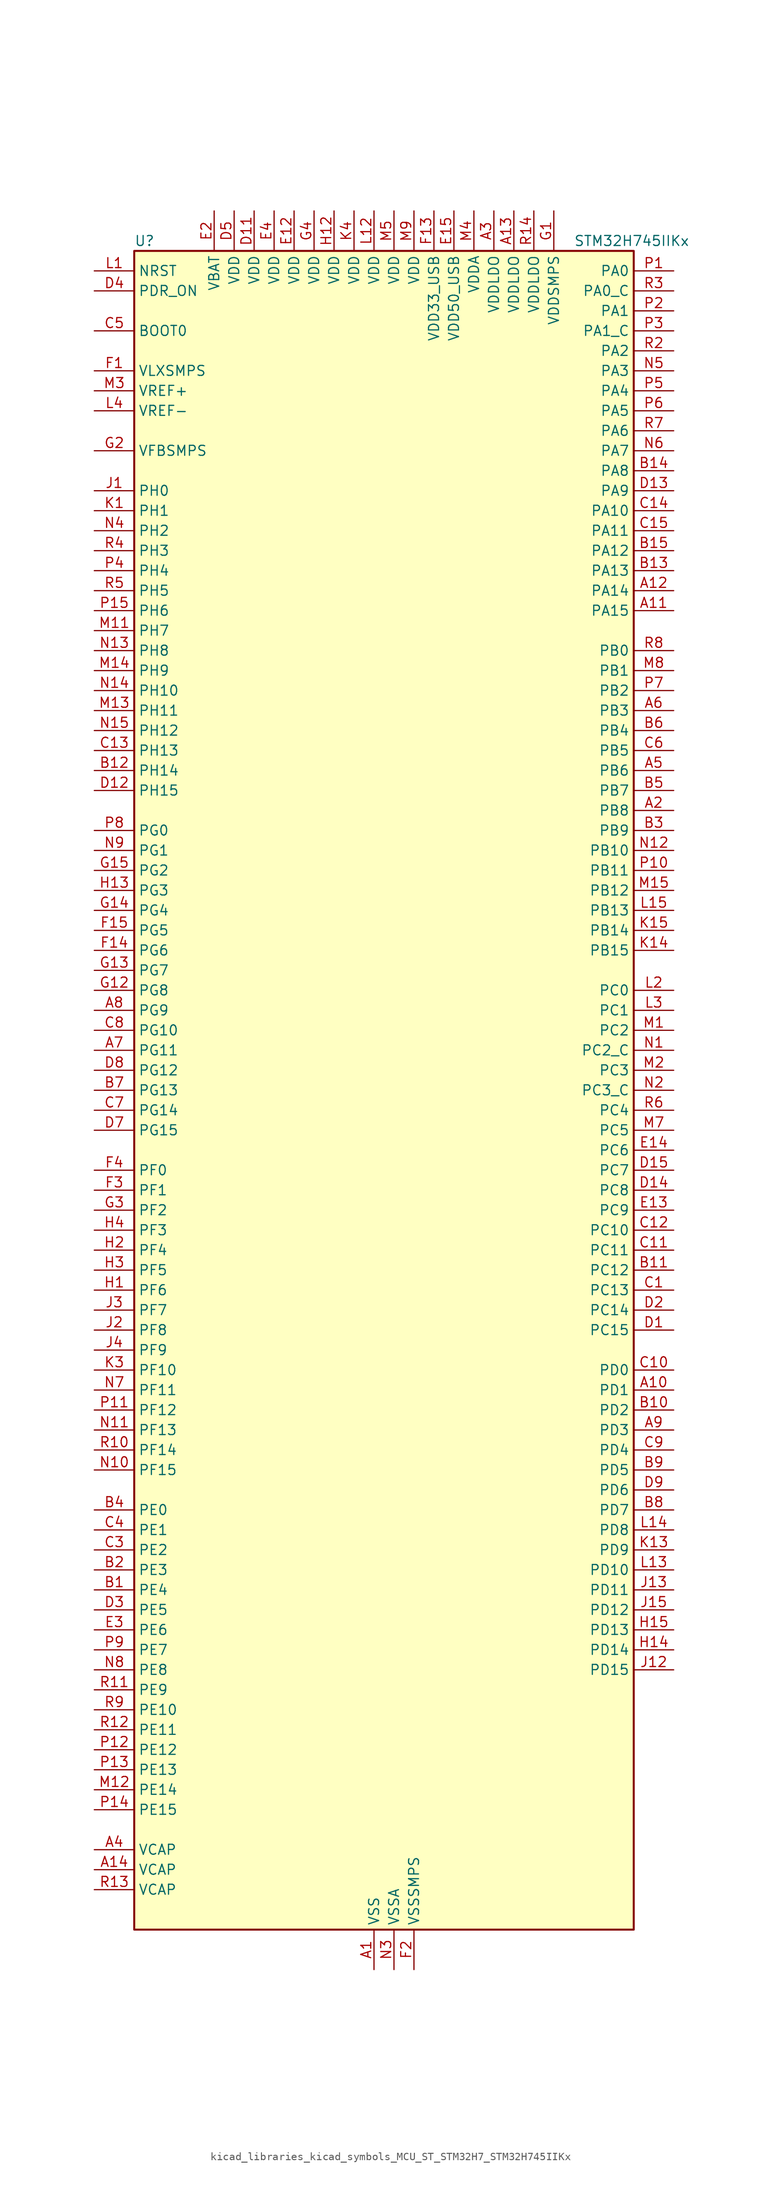
<source format=kicad_sym>
(kicad_symbol_lib
  (version 20220914)
  (generator kicad_symbol_editor)
  (symbol "kicad_libraries_kicad_symbols_MCU_ST_STM32H7_STM32H745IIKx"
    (property "Reference" "U"
      (at -30.48 107.95 0)
      (effects (font (size 1.27 1.27)) (justify left)))
    (property "Value" "STM32H745IIKx"
      (at 25.4 107.95 0)
      (effects (font (size 1.27 1.27)) (justify left)))
    (property "ki_locked" ""
      (at 0 0 0)
      (effects (font (size 1.27 1.27))))
    (symbol "kicad_libraries_kicad_symbols_MCU_ST_STM32H7_STM32H745IIKx_0_1"
      (rectangle (start -30.48 -106.68) (end 33.02 106.68) (stroke (width 0.254) (type default)) (fill (type background))))
    (symbol "kicad_libraries_kicad_symbols_MCU_ST_STM32H7_STM32H745IIKx_1_1"
      (pin power_in line (at 0 -111.76 90) (length 5.08) (name "VSS" (effects (font (size 1.27 1.27)))) (number "A1" (effects (font (size 1.27 1.27)))))
      (pin bidirectional line (at 38.1 -38.1 180) (length 5.08) (name "PD1" (effects (font (size 1.27 1.27)))) (number "A10" (effects (font (size 1.27 1.27)))) (alternate "DFSDM1_DATIN6" bidirectional line) (alternate "FDCAN1_TX" bidirectional line) (alternate "FMC_D3" bidirectional line) (alternate "FMC_DA3" bidirectional line) (alternate "SAI3_SD_A" bidirectional line) (alternate "UART4_TX" bidirectional line))
      (pin bidirectional line (at 38.1 60.96 180) (length 5.08) (name "PA15" (effects (font (size 1.27 1.27)))) (number "A11" (effects (font (size 1.27 1.27)))) (alternate "ADC1_EXTI15" bidirectional line) (alternate "ADC2_EXTI15" bidirectional line) (alternate "ADC3_EXTI15" bidirectional line) (alternate "CEC" bidirectional line) (alternate "DEBUG_JTDI" bidirectional line) (alternate "HRTIM_FLT1" bidirectional line) (alternate "I2S1_WS" bidirectional line) (alternate "I2S3_WS" bidirectional line) (alternate "SPI1_NSS" bidirectional line) (alternate "SPI3_NSS" bidirectional line) (alternate "SPI6_NSS" bidirectional line) (alternate "TIM2_CH1" bidirectional line) (alternate "TIM2_ETR" bidirectional line) (alternate "UART4_DE" bidirectional line) (alternate "UART4_RTS" bidirectional line) (alternate "UART7_TX" bidirectional line))
      (pin bidirectional line (at 38.1 63.5 180) (length 5.08) (name "PA14" (effects (font (size 1.27 1.27)))) (number "A12" (effects (font (size 1.27 1.27)))) (alternate "DEBUG_JTCK-SWCLK" bidirectional line))
      (pin power_in line (at 17.78 111.76 270) (length 5.08) (name "VDDLDO" (effects (font (size 1.27 1.27)))) (number "A13" (effects (font (size 1.27 1.27)))))
      (pin power_out line (at -35.56 -99.06 0) (length 5.08) (name "VCAP" (effects (font (size 1.27 1.27)))) (number "A14" (effects (font (size 1.27 1.27)))))
      (pin passive line (at 0 -111.76 90) (length 5.08) hide (name "VSS" (effects (font (size 1.27 1.27)))) (number "A15" (effects (font (size 1.27 1.27)))))
      (pin bidirectional line (at 38.1 35.56 180) (length 5.08) (name "PB8" (effects (font (size 1.27 1.27)))) (number "A2" (effects (font (size 1.27 1.27)))) (alternate "DCMI_D6" bidirectional line) (alternate "DFSDM1_CKIN7" bidirectional line) (alternate "ETH_TXD3" bidirectional line) (alternate "FDCAN1_RX" bidirectional line) (alternate "I2C1_SCL" bidirectional line) (alternate "I2C4_SCL" bidirectional line) (alternate "LTDC_B6" bidirectional line) (alternate "SDMMC1_CKIN" bidirectional line) (alternate "SDMMC1_D4" bidirectional line) (alternate "SDMMC2_D4" bidirectional line) (alternate "TIM16_CH1" bidirectional line) (alternate "TIM4_CH3" bidirectional line) (alternate "UART4_RX" bidirectional line))
      (pin power_in line (at 15.24 111.76 270) (length 5.08) (name "VDDLDO" (effects (font (size 1.27 1.27)))) (number "A3" (effects (font (size 1.27 1.27)))))
      (pin power_out line (at -35.56 -96.52 0) (length 5.08) (name "VCAP" (effects (font (size 1.27 1.27)))) (number "A4" (effects (font (size 1.27 1.27)))))
      (pin bidirectional line (at 38.1 40.64 180) (length 5.08) (name "PB6" (effects (font (size 1.27 1.27)))) (number "A5" (effects (font (size 1.27 1.27)))) (alternate "CEC" bidirectional line) (alternate "DCMI_D5" bidirectional line) (alternate "DFSDM1_DATIN5" bidirectional line) (alternate "FDCAN2_TX" bidirectional line) (alternate "FMC_SDNE1" bidirectional line) (alternate "HRTIM_EEV8" bidirectional line) (alternate "I2C1_SCL" bidirectional line) (alternate "I2C4_SCL" bidirectional line) (alternate "LPUART1_TX" bidirectional line) (alternate "QUADSPI_BK1_NCS" bidirectional line) (alternate "TIM16_CH1N" bidirectional line) (alternate "TIM4_CH1" bidirectional line) (alternate "UART5_TX" bidirectional line) (alternate "USART1_TX" bidirectional line))
      (pin bidirectional line (at 38.1 48.26 180) (length 5.08) (name "PB3" (effects (font (size 1.27 1.27)))) (number "A6" (effects (font (size 1.27 1.27)))) (alternate "CRS_SYNC" bidirectional line) (alternate "DEBUG_JTDO-SWO" bidirectional line) (alternate "HRTIM_FLT4" bidirectional line) (alternate "I2S1_CK" bidirectional line) (alternate "I2S3_CK" bidirectional line) (alternate "SDMMC2_D2" bidirectional line) (alternate "SPI1_SCK" bidirectional line) (alternate "SPI3_SCK" bidirectional line) (alternate "SPI6_SCK" bidirectional line) (alternate "TIM2_CH2" bidirectional line) (alternate "UART7_RX" bidirectional line))
      (pin bidirectional line (at -35.56 5.08 0) (length 5.08) (name "PG11" (effects (font (size 1.27 1.27)))) (number "A7" (effects (font (size 1.27 1.27)))) (alternate "ADC1_EXTI11" bidirectional line) (alternate "ADC2_EXTI11" bidirectional line) (alternate "ADC3_EXTI11" bidirectional line) (alternate "DCMI_D3" bidirectional line) (alternate "ETH_TX_EN" bidirectional line) (alternate "HRTIM_EEV4" bidirectional line) (alternate "I2S1_CK" bidirectional line) (alternate "LPTIM1_IN2" bidirectional line) (alternate "LTDC_B3" bidirectional line) (alternate "SDMMC2_D2" bidirectional line) (alternate "SPDIFRX1_IN0" bidirectional line) (alternate "SPI1_SCK" bidirectional line))
      (pin bidirectional line (at -35.56 10.16 0) (length 5.08) (name "PG9" (effects (font (size 1.27 1.27)))) (number "A8" (effects (font (size 1.27 1.27)))) (alternate "DAC1_EXTI9" bidirectional line) (alternate "DCMI_VSYNC" bidirectional line) (alternate "FMC_NCE" bidirectional line) (alternate "FMC_NE2" bidirectional line) (alternate "I2S1_SDI" bidirectional line) (alternate "QUADSPI_BK2_IO2" bidirectional line) (alternate "SAI2_FS_B" bidirectional line) (alternate "SPDIFRX1_IN3" bidirectional line) (alternate "SPI1_MISO" bidirectional line) (alternate "USART6_RX" bidirectional line))
      (pin bidirectional line (at 38.1 -43.18 180) (length 5.08) (name "PD3" (effects (font (size 1.27 1.27)))) (number "A9" (effects (font (size 1.27 1.27)))) (alternate "DCMI_D5" bidirectional line) (alternate "DFSDM1_CKOUT" bidirectional line) (alternate "FMC_CLK" bidirectional line) (alternate "I2S2_CK" bidirectional line) (alternate "LTDC_G7" bidirectional line) (alternate "SPI2_SCK" bidirectional line) (alternate "USART2_CTS" bidirectional line) (alternate "USART2_NSS" bidirectional line))
      (pin bidirectional line (at -35.56 -63.5 0) (length 5.08) (name "PE4" (effects (font (size 1.27 1.27)))) (number "B1" (effects (font (size 1.27 1.27)))) (alternate "DCMI_D4" bidirectional line) (alternate "DEBUG_TRACED1" bidirectional line) (alternate "DFSDM1_DATIN3" bidirectional line) (alternate "FMC_A20" bidirectional line) (alternate "LTDC_B0" bidirectional line) (alternate "SAI1_D2" bidirectional line) (alternate "SAI1_FS_A" bidirectional line) (alternate "SAI4_D2" bidirectional line) (alternate "SAI4_FS_A" bidirectional line) (alternate "SPI4_NSS" bidirectional line) (alternate "TIM15_CH1N" bidirectional line))
      (pin bidirectional line (at 38.1 -40.64 180) (length 5.08) (name "PD2" (effects (font (size 1.27 1.27)))) (number "B10" (effects (font (size 1.27 1.27)))) (alternate "DCMI_D11" bidirectional line) (alternate "DEBUG_TRACED2" bidirectional line) (alternate "SDMMC1_CMD" bidirectional line) (alternate "TIM3_ETR" bidirectional line) (alternate "UART5_RX" bidirectional line))
      (pin bidirectional line (at 38.1 -22.86 180) (length 5.08) (name "PC12" (effects (font (size 1.27 1.27)))) (number "B11" (effects (font (size 1.27 1.27)))) (alternate "DCMI_D9" bidirectional line) (alternate "DEBUG_TRACED3" bidirectional line) (alternate "HRTIM_EEV2" bidirectional line) (alternate "I2S3_SDO" bidirectional line) (alternate "SDMMC1_CK" bidirectional line) (alternate "SPI3_MOSI" bidirectional line) (alternate "UART5_TX" bidirectional line) (alternate "USART3_CK" bidirectional line))
      (pin bidirectional line (at -35.56 40.64 0) (length 5.08) (name "PH14" (effects (font (size 1.27 1.27)))) (number "B12" (effects (font (size 1.27 1.27)))) (alternate "DCMI_D4" bidirectional line) (alternate "FDCAN1_RX" bidirectional line) (alternate "FMC_D22" bidirectional line) (alternate "LTDC_G3" bidirectional line) (alternate "TIM8_CH2N" bidirectional line) (alternate "UART4_RX" bidirectional line))
      (pin bidirectional line (at 38.1 66.04 180) (length 5.08) (name "PA13" (effects (font (size 1.27 1.27)))) (number "B13" (effects (font (size 1.27 1.27)))) (alternate "DEBUG_JTMS-SWDIO" bidirectional line))
      (pin bidirectional line (at 38.1 78.74 180) (length 5.08) (name "PA8" (effects (font (size 1.27 1.27)))) (number "B14" (effects (font (size 1.27 1.27)))) (alternate "HRTIM_CHB2" bidirectional line) (alternate "I2C3_SCL" bidirectional line) (alternate "LTDC_B3" bidirectional line) (alternate "LTDC_R6" bidirectional line) (alternate "RCC_MCO_1" bidirectional line) (alternate "TIM1_CH1" bidirectional line) (alternate "TIM8_BKIN2" bidirectional line) (alternate "TIM8_BKIN2_COMP1" bidirectional line) (alternate "TIM8_BKIN2_COMP2" bidirectional line) (alternate "UART7_RX" bidirectional line) (alternate "USART1_CK" bidirectional line) (alternate "USB_OTG_FS_SOF" bidirectional line))
      (pin bidirectional line (at 38.1 68.58 180) (length 5.08) (name "PA12" (effects (font (size 1.27 1.27)))) (number "B15" (effects (font (size 1.27 1.27)))) (alternate "FDCAN1_TX" bidirectional line) (alternate "HRTIM_CHD2" bidirectional line) (alternate "I2S2_CK" bidirectional line) (alternate "LPUART1_DE" bidirectional line) (alternate "LPUART1_RTS" bidirectional line) (alternate "LTDC_R5" bidirectional line) (alternate "SAI2_FS_B" bidirectional line) (alternate "SPI2_SCK" bidirectional line) (alternate "TIM1_ETR" bidirectional line) (alternate "UART4_TX" bidirectional line) (alternate "USART1_DE" bidirectional line) (alternate "USART1_RTS" bidirectional line) (alternate "USB_OTG_FS_DP" bidirectional line))
      (pin bidirectional line (at -35.56 -60.96 0) (length 5.08) (name "PE3" (effects (font (size 1.27 1.27)))) (number "B2" (effects (font (size 1.27 1.27)))) (alternate "DEBUG_TRACED0" bidirectional line) (alternate "FMC_A19" bidirectional line) (alternate "SAI1_SD_B" bidirectional line) (alternate "SAI4_SD_B" bidirectional line) (alternate "TIM15_BKIN" bidirectional line))
      (pin bidirectional line (at 38.1 33.02 180) (length 5.08) (name "PB9" (effects (font (size 1.27 1.27)))) (number "B3" (effects (font (size 1.27 1.27)))) (alternate "DAC1_EXTI9" bidirectional line) (alternate "DCMI_D7" bidirectional line) (alternate "DFSDM1_DATIN7" bidirectional line) (alternate "FDCAN1_TX" bidirectional line) (alternate "I2C1_SDA" bidirectional line) (alternate "I2C4_SDA" bidirectional line) (alternate "I2C4_SMBA" bidirectional line) (alternate "I2S2_WS" bidirectional line) (alternate "LTDC_B7" bidirectional line) (alternate "SDMMC1_CDIR" bidirectional line) (alternate "SDMMC1_D5" bidirectional line) (alternate "SDMMC2_D5" bidirectional line) (alternate "SPI2_NSS" bidirectional line) (alternate "TIM17_CH1" bidirectional line) (alternate "TIM4_CH4" bidirectional line) (alternate "UART4_TX" bidirectional line))
      (pin bidirectional line (at -35.56 -53.34 0) (length 5.08) (name "PE0" (effects (font (size 1.27 1.27)))) (number "B4" (effects (font (size 1.27 1.27)))) (alternate "DCMI_D2" bidirectional line) (alternate "FMC_NBL0" bidirectional line) (alternate "HRTIM_SCIN" bidirectional line) (alternate "LPTIM1_ETR" bidirectional line) (alternate "LPTIM2_ETR" bidirectional line) (alternate "SAI2_MCLK_A" bidirectional line) (alternate "TIM4_ETR" bidirectional line) (alternate "UART8_RX" bidirectional line))
      (pin bidirectional line (at 38.1 38.1 180) (length 5.08) (name "PB7" (effects (font (size 1.27 1.27)))) (number "B5" (effects (font (size 1.27 1.27)))) (alternate "DCMI_VSYNC" bidirectional line) (alternate "DFSDM1_CKIN5" bidirectional line) (alternate "FMC_NL" bidirectional line) (alternate "HRTIM_EEV9" bidirectional line) (alternate "I2C1_SDA" bidirectional line) (alternate "I2C4_SDA" bidirectional line) (alternate "LPUART1_RX" bidirectional line) (alternate "PWR_PVD_IN" bidirectional line) (alternate "TIM17_CH1N" bidirectional line) (alternate "TIM4_CH2" bidirectional line) (alternate "USART1_RX" bidirectional line))
      (pin bidirectional line (at 38.1 45.72 180) (length 5.08) (name "PB4" (effects (font (size 1.27 1.27)))) (number "B6" (effects (font (size 1.27 1.27)))) (alternate "DEBUG_JTRST" bidirectional line) (alternate "HRTIM_EEV6" bidirectional line) (alternate "I2S1_SDI" bidirectional line) (alternate "I2S2_WS" bidirectional line) (alternate "I2S3_SDI" bidirectional line) (alternate "SDMMC2_D3" bidirectional line) (alternate "SPI1_MISO" bidirectional line) (alternate "SPI2_NSS" bidirectional line) (alternate "SPI3_MISO" bidirectional line) (alternate "SPI6_MISO" bidirectional line) (alternate "TIM16_BKIN" bidirectional line) (alternate "TIM3_CH1" bidirectional line) (alternate "UART7_TX" bidirectional line))
      (pin bidirectional line (at -35.56 0 0) (length 5.08) (name "PG13" (effects (font (size 1.27 1.27)))) (number "B7" (effects (font (size 1.27 1.27)))) (alternate "DEBUG_TRACED0" bidirectional line) (alternate "ETH_TXD0" bidirectional line) (alternate "FMC_A24" bidirectional line) (alternate "HRTIM_EEV10" bidirectional line) (alternate "LPTIM1_OUT" bidirectional line) (alternate "LTDC_R0" bidirectional line) (alternate "SPI6_SCK" bidirectional line) (alternate "USART6_CTS" bidirectional line) (alternate "USART6_NSS" bidirectional line))
      (pin bidirectional line (at 38.1 -53.34 180) (length 5.08) (name "PD7" (effects (font (size 1.27 1.27)))) (number "B8" (effects (font (size 1.27 1.27)))) (alternate "DFSDM1_CKIN1" bidirectional line) (alternate "DFSDM1_DATIN4" bidirectional line) (alternate "FMC_NE1" bidirectional line) (alternate "I2S1_SDO" bidirectional line) (alternate "SDMMC2_CMD" bidirectional line) (alternate "SPDIFRX1_IN0" bidirectional line) (alternate "SPI1_MOSI" bidirectional line) (alternate "USART2_CK" bidirectional line))
      (pin bidirectional line (at 38.1 -48.26 180) (length 5.08) (name "PD5" (effects (font (size 1.27 1.27)))) (number "B9" (effects (font (size 1.27 1.27)))) (alternate "FMC_NWE" bidirectional line) (alternate "HRTIM_EEV3" bidirectional line) (alternate "USART2_TX" bidirectional line))
      (pin bidirectional line (at 38.1 -25.4 180) (length 5.08) (name "PC13" (effects (font (size 1.27 1.27)))) (number "C1" (effects (font (size 1.27 1.27)))) (alternate "PWR_WKUP2" bidirectional line) (alternate "RTC_OUT_ALARM" bidirectional line) (alternate "RTC_OUT_CALIB" bidirectional line) (alternate "RTC_TAMP1" bidirectional line) (alternate "RTC_TS" bidirectional line))
      (pin bidirectional line (at 38.1 -35.56 180) (length 5.08) (name "PD0" (effects (font (size 1.27 1.27)))) (number "C10" (effects (font (size 1.27 1.27)))) (alternate "DFSDM1_CKIN6" bidirectional line) (alternate "FDCAN1_RX" bidirectional line) (alternate "FMC_D2" bidirectional line) (alternate "FMC_DA2" bidirectional line) (alternate "SAI3_SCK_A" bidirectional line) (alternate "UART4_RX" bidirectional line))
      (pin bidirectional line (at 38.1 -20.32 180) (length 5.08) (name "PC11" (effects (font (size 1.27 1.27)))) (number "C11" (effects (font (size 1.27 1.27)))) (alternate "ADC1_EXTI11" bidirectional line) (alternate "ADC2_EXTI11" bidirectional line) (alternate "ADC3_EXTI11" bidirectional line) (alternate "DCMI_D4" bidirectional line) (alternate "DFSDM1_DATIN5" bidirectional line) (alternate "HRTIM_FLT2" bidirectional line) (alternate "I2S3_SDI" bidirectional line) (alternate "QUADSPI_BK2_NCS" bidirectional line) (alternate "SDMMC1_D3" bidirectional line) (alternate "SPI3_MISO" bidirectional line) (alternate "UART4_RX" bidirectional line) (alternate "USART3_RX" bidirectional line))
      (pin bidirectional line (at 38.1 -17.78 180) (length 5.08) (name "PC10" (effects (font (size 1.27 1.27)))) (number "C12" (effects (font (size 1.27 1.27)))) (alternate "DCMI_D8" bidirectional line) (alternate "DFSDM1_CKIN5" bidirectional line) (alternate "HRTIM_EEV1" bidirectional line) (alternate "I2S3_CK" bidirectional line) (alternate "LTDC_R2" bidirectional line) (alternate "QUADSPI_BK1_IO1" bidirectional line) (alternate "SDMMC1_D2" bidirectional line) (alternate "SPI3_SCK" bidirectional line) (alternate "UART4_TX" bidirectional line) (alternate "USART3_TX" bidirectional line))
      (pin bidirectional line (at -35.56 43.18 0) (length 5.08) (name "PH13" (effects (font (size 1.27 1.27)))) (number "C13" (effects (font (size 1.27 1.27)))) (alternate "FDCAN1_TX" bidirectional line) (alternate "FMC_D21" bidirectional line) (alternate "LTDC_G2" bidirectional line) (alternate "TIM8_CH1N" bidirectional line) (alternate "UART4_TX" bidirectional line))
      (pin bidirectional line (at 38.1 73.66 180) (length 5.08) (name "PA10" (effects (font (size 1.27 1.27)))) (number "C14" (effects (font (size 1.27 1.27)))) (alternate "DCMI_D1" bidirectional line) (alternate "HRTIM_CHC2" bidirectional line) (alternate "LPUART1_RX" bidirectional line) (alternate "LTDC_B1" bidirectional line) (alternate "LTDC_B4" bidirectional line) (alternate "MDIOS_MDIO" bidirectional line) (alternate "TIM1_CH3" bidirectional line) (alternate "USART1_RX" bidirectional line) (alternate "USB_OTG_FS_ID" bidirectional line))
      (pin bidirectional line (at 38.1 71.12 180) (length 5.08) (name "PA11" (effects (font (size 1.27 1.27)))) (number "C15" (effects (font (size 1.27 1.27)))) (alternate "ADC1_EXTI11" bidirectional line) (alternate "ADC2_EXTI11" bidirectional line) (alternate "ADC3_EXTI11" bidirectional line) (alternate "FDCAN1_RX" bidirectional line) (alternate "HRTIM_CHD1" bidirectional line) (alternate "I2S2_WS" bidirectional line) (alternate "LPUART1_CTS" bidirectional line) (alternate "LTDC_R4" bidirectional line) (alternate "SPI2_NSS" bidirectional line) (alternate "TIM1_CH4" bidirectional line) (alternate "UART4_RX" bidirectional line) (alternate "USART1_CTS" bidirectional line) (alternate "USART1_NSS" bidirectional line) (alternate "USB_OTG_FS_DM" bidirectional line))
      (pin passive line (at 0 -111.76 90) (length 5.08) hide (name "VSS" (effects (font (size 1.27 1.27)))) (number "C2" (effects (font (size 1.27 1.27)))))
      (pin bidirectional line (at -35.56 -58.42 0) (length 5.08) (name "PE2" (effects (font (size 1.27 1.27)))) (number "C3" (effects (font (size 1.27 1.27)))) (alternate "DEBUG_TRACECLK" bidirectional line) (alternate "ETH_TXD3" bidirectional line) (alternate "FMC_A23" bidirectional line) (alternate "QUADSPI_BK1_IO2" bidirectional line) (alternate "SAI1_CK1" bidirectional line) (alternate "SAI1_MCLK_A" bidirectional line) (alternate "SAI4_CK1" bidirectional line) (alternate "SAI4_MCLK_A" bidirectional line) (alternate "SPI4_SCK" bidirectional line))
      (pin bidirectional line (at -35.56 -55.88 0) (length 5.08) (name "PE1" (effects (font (size 1.27 1.27)))) (number "C4" (effects (font (size 1.27 1.27)))) (alternate "DCMI_D3" bidirectional line) (alternate "FMC_NBL1" bidirectional line) (alternate "HRTIM_SCOUT" bidirectional line) (alternate "LPTIM1_IN2" bidirectional line) (alternate "UART8_TX" bidirectional line))
      (pin input line (at -35.56 96.52 0) (length 5.08) (name "BOOT0" (effects (font (size 1.27 1.27)))) (number "C5" (effects (font (size 1.27 1.27)))))
      (pin bidirectional line (at 38.1 43.18 180) (length 5.08) (name "PB5" (effects (font (size 1.27 1.27)))) (number "C6" (effects (font (size 1.27 1.27)))) (alternate "DCMI_D10" bidirectional line) (alternate "ETH_PPS_OUT" bidirectional line) (alternate "FDCAN2_RX" bidirectional line) (alternate "FMC_SDCKE1" bidirectional line) (alternate "HRTIM_EEV7" bidirectional line) (alternate "I2C1_SMBA" bidirectional line) (alternate "I2C4_SMBA" bidirectional line) (alternate "I2S1_SDO" bidirectional line) (alternate "I2S3_SDO" bidirectional line) (alternate "SPI1_MOSI" bidirectional line) (alternate "SPI3_MOSI" bidirectional line) (alternate "SPI6_MOSI" bidirectional line) (alternate "TIM17_BKIN" bidirectional line) (alternate "TIM3_CH2" bidirectional line) (alternate "UART5_RX" bidirectional line) (alternate "USB_OTG_HS_ULPI_D7" bidirectional line))
      (pin bidirectional line (at -35.56 -2.54 0) (length 5.08) (name "PG14" (effects (font (size 1.27 1.27)))) (number "C7" (effects (font (size 1.27 1.27)))) (alternate "DEBUG_TRACED1" bidirectional line) (alternate "ETH_TXD1" bidirectional line) (alternate "FMC_A25" bidirectional line) (alternate "LPTIM1_ETR" bidirectional line) (alternate "LTDC_B0" bidirectional line) (alternate "QUADSPI_BK2_IO3" bidirectional line) (alternate "SPI6_MOSI" bidirectional line) (alternate "USART6_TX" bidirectional line))
      (pin bidirectional line (at -35.56 7.62 0) (length 5.08) (name "PG10" (effects (font (size 1.27 1.27)))) (number "C8" (effects (font (size 1.27 1.27)))) (alternate "DCMI_D2" bidirectional line) (alternate "FMC_NE3" bidirectional line) (alternate "HRTIM_FLT5" bidirectional line) (alternate "I2S1_WS" bidirectional line) (alternate "LTDC_B2" bidirectional line) (alternate "LTDC_G3" bidirectional line) (alternate "SAI2_SD_B" bidirectional line) (alternate "SPI1_NSS" bidirectional line))
      (pin bidirectional line (at 38.1 -45.72 180) (length 5.08) (name "PD4" (effects (font (size 1.27 1.27)))) (number "C9" (effects (font (size 1.27 1.27)))) (alternate "FMC_NOE" bidirectional line) (alternate "HRTIM_FLT3" bidirectional line) (alternate "SAI3_FS_A" bidirectional line) (alternate "USART2_DE" bidirectional line) (alternate "USART2_RTS" bidirectional line))
      (pin bidirectional line (at 38.1 -30.48 180) (length 5.08) (name "PC15" (effects (font (size 1.27 1.27)))) (number "D1" (effects (font (size 1.27 1.27)))) (alternate "ADC1_EXTI15" bidirectional line) (alternate "ADC2_EXTI15" bidirectional line) (alternate "ADC3_EXTI15" bidirectional line) (alternate "RCC_OSC32_OUT" bidirectional line))
      (pin passive line (at 0 -111.76 90) (length 5.08) hide (name "VSS" (effects (font (size 1.27 1.27)))) (number "D10" (effects (font (size 1.27 1.27)))))
      (pin power_in line (at -15.24 111.76 270) (length 5.08) (name "VDD" (effects (font (size 1.27 1.27)))) (number "D11" (effects (font (size 1.27 1.27)))))
      (pin bidirectional line (at -35.56 38.1 0) (length 5.08) (name "PH15" (effects (font (size 1.27 1.27)))) (number "D12" (effects (font (size 1.27 1.27)))) (alternate "ADC1_EXTI15" bidirectional line) (alternate "ADC2_EXTI15" bidirectional line) (alternate "ADC3_EXTI15" bidirectional line) (alternate "DCMI_D11" bidirectional line) (alternate "FMC_D23" bidirectional line) (alternate "LTDC_G4" bidirectional line) (alternate "TIM8_CH3N" bidirectional line))
      (pin bidirectional line (at 38.1 76.2 180) (length 5.08) (name "PA9" (effects (font (size 1.27 1.27)))) (number "D13" (effects (font (size 1.27 1.27)))) (alternate "DAC1_EXTI9" bidirectional line) (alternate "DCMI_D0" bidirectional line) (alternate "HRTIM_CHC1" bidirectional line) (alternate "I2C3_SMBA" bidirectional line) (alternate "I2S2_CK" bidirectional line) (alternate "LPUART1_TX" bidirectional line) (alternate "LTDC_R5" bidirectional line) (alternate "SPI2_SCK" bidirectional line) (alternate "TIM1_CH2" bidirectional line) (alternate "USART1_TX" bidirectional line) (alternate "USB_OTG_FS_VBUS" bidirectional line))
      (pin bidirectional line (at 38.1 -12.7 180) (length 5.08) (name "PC8" (effects (font (size 1.27 1.27)))) (number "D14" (effects (font (size 1.27 1.27)))) (alternate "DCMI_D2" bidirectional line) (alternate "DEBUG_TRACED1" bidirectional line) (alternate "FMC_NCE" bidirectional line) (alternate "FMC_NE2" bidirectional line) (alternate "HRTIM_CHB1" bidirectional line) (alternate "SDMMC1_D0" bidirectional line) (alternate "SWPMI1_RX" bidirectional line) (alternate "TIM3_CH3" bidirectional line) (alternate "TIM8_CH3" bidirectional line) (alternate "UART5_DE" bidirectional line) (alternate "UART5_RTS" bidirectional line) (alternate "USART6_CK" bidirectional line))
      (pin bidirectional line (at 38.1 -10.16 180) (length 5.08) (name "PC7" (effects (font (size 1.27 1.27)))) (number "D15" (effects (font (size 1.27 1.27)))) (alternate "DCMI_D1" bidirectional line) (alternate "DEBUG_TRGIO" bidirectional line) (alternate "DFSDM1_DATIN3" bidirectional line) (alternate "FMC_NE1" bidirectional line) (alternate "HRTIM_CHA2" bidirectional line) (alternate "I2S3_MCK" bidirectional line) (alternate "LTDC_G6" bidirectional line) (alternate "SDMMC1_D123DIR" bidirectional line) (alternate "SDMMC1_D7" bidirectional line) (alternate "SDMMC2_D7" bidirectional line) (alternate "SWPMI1_TX" bidirectional line) (alternate "TIM3_CH2" bidirectional line) (alternate "TIM8_CH2" bidirectional line) (alternate "USART6_RX" bidirectional line))
      (pin bidirectional line (at 38.1 -27.94 180) (length 5.08) (name "PC14" (effects (font (size 1.27 1.27)))) (number "D2" (effects (font (size 1.27 1.27)))) (alternate "RCC_OSC32_IN" bidirectional line))
      (pin bidirectional line (at -35.56 -66.04 0) (length 5.08) (name "PE5" (effects (font (size 1.27 1.27)))) (number "D3" (effects (font (size 1.27 1.27)))) (alternate "DCMI_D6" bidirectional line) (alternate "DEBUG_TRACED2" bidirectional line) (alternate "DFSDM1_CKIN3" bidirectional line) (alternate "FMC_A21" bidirectional line) (alternate "LTDC_G0" bidirectional line) (alternate "SAI1_CK2" bidirectional line) (alternate "SAI1_SCK_A" bidirectional line) (alternate "SAI4_CK2" bidirectional line) (alternate "SAI4_SCK_A" bidirectional line) (alternate "SPI4_MISO" bidirectional line) (alternate "TIM15_CH1" bidirectional line))
      (pin input line (at -35.56 101.6 0) (length 5.08) (name "PDR_ON" (effects (font (size 1.27 1.27)))) (number "D4" (effects (font (size 1.27 1.27)))))
      (pin power_in line (at -17.78 111.76 270) (length 5.08) (name "VDD" (effects (font (size 1.27 1.27)))) (number "D5" (effects (font (size 1.27 1.27)))))
      (pin passive line (at 0 -111.76 90) (length 5.08) hide (name "VSS" (effects (font (size 1.27 1.27)))) (number "D6" (effects (font (size 1.27 1.27)))))
      (pin bidirectional line (at -35.56 -5.08 0) (length 5.08) (name "PG15" (effects (font (size 1.27 1.27)))) (number "D7" (effects (font (size 1.27 1.27)))) (alternate "ADC1_EXTI15" bidirectional line) (alternate "ADC2_EXTI15" bidirectional line) (alternate "ADC3_EXTI15" bidirectional line) (alternate "DCMI_D13" bidirectional line) (alternate "FMC_SDNCAS" bidirectional line) (alternate "USART6_CTS" bidirectional line) (alternate "USART6_NSS" bidirectional line))
      (pin bidirectional line (at -35.56 2.54 0) (length 5.08) (name "PG12" (effects (font (size 1.27 1.27)))) (number "D8" (effects (font (size 1.27 1.27)))) (alternate "ETH_TXD1" bidirectional line) (alternate "FMC_NE4" bidirectional line) (alternate "HRTIM_EEV5" bidirectional line) (alternate "LPTIM1_IN1" bidirectional line) (alternate "LTDC_B1" bidirectional line) (alternate "LTDC_B4" bidirectional line) (alternate "SPDIFRX1_IN1" bidirectional line) (alternate "SPI6_MISO" bidirectional line) (alternate "USART6_DE" bidirectional line) (alternate "USART6_RTS" bidirectional line))
      (pin bidirectional line (at 38.1 -50.8 180) (length 5.08) (name "PD6" (effects (font (size 1.27 1.27)))) (number "D9" (effects (font (size 1.27 1.27)))) (alternate "DCMI_D10" bidirectional line) (alternate "DFSDM1_CKIN4" bidirectional line) (alternate "DFSDM1_DATIN1" bidirectional line) (alternate "FMC_NWAIT" bidirectional line) (alternate "I2S3_SDO" bidirectional line) (alternate "LTDC_B2" bidirectional line) (alternate "SAI1_D1" bidirectional line) (alternate "SAI1_SD_A" bidirectional line) (alternate "SAI4_D1" bidirectional line) (alternate "SAI4_SD_A" bidirectional line) (alternate "SDMMC2_CK" bidirectional line) (alternate "SPI3_MOSI" bidirectional line) (alternate "USART2_RX" bidirectional line))
      (pin passive line (at 0 -111.76 90) (length 5.08) hide (name "VSS" (effects (font (size 1.27 1.27)))) (number "E1" (effects (font (size 1.27 1.27)))))
      (pin power_in line (at -10.16 111.76 270) (length 5.08) (name "VDD" (effects (font (size 1.27 1.27)))) (number "E12" (effects (font (size 1.27 1.27)))))
      (pin bidirectional line (at 38.1 -15.24 180) (length 5.08) (name "PC9" (effects (font (size 1.27 1.27)))) (number "E13" (effects (font (size 1.27 1.27)))) (alternate "DAC1_EXTI9" bidirectional line) (alternate "DCMI_D3" bidirectional line) (alternate "I2C3_SDA" bidirectional line) (alternate "I2S_CKIN" bidirectional line) (alternate "LTDC_B2" bidirectional line) (alternate "LTDC_G3" bidirectional line) (alternate "QUADSPI_BK1_IO0" bidirectional line) (alternate "RCC_MCO_2" bidirectional line) (alternate "SDMMC1_D1" bidirectional line) (alternate "SWPMI1_SUSPEND" bidirectional line) (alternate "TIM3_CH4" bidirectional line) (alternate "TIM8_CH4" bidirectional line) (alternate "UART5_CTS" bidirectional line))
      (pin bidirectional line (at 38.1 -7.62 180) (length 5.08) (name "PC6" (effects (font (size 1.27 1.27)))) (number "E14" (effects (font (size 1.27 1.27)))) (alternate "DCMI_D0" bidirectional line) (alternate "DFSDM1_CKIN3" bidirectional line) (alternate "FMC_NWAIT" bidirectional line) (alternate "HRTIM_CHA1" bidirectional line) (alternate "I2S2_MCK" bidirectional line) (alternate "LTDC_HSYNC" bidirectional line) (alternate "SDMMC1_D0DIR" bidirectional line) (alternate "SDMMC1_D6" bidirectional line) (alternate "SDMMC2_D6" bidirectional line) (alternate "SWPMI1_IO" bidirectional line) (alternate "TIM3_CH1" bidirectional line) (alternate "TIM8_CH1" bidirectional line) (alternate "USART6_TX" bidirectional line))
      (pin power_in line (at 10.16 111.76 270) (length 5.08) (name "VDD50_USB" (effects (font (size 1.27 1.27)))) (number "E15" (effects (font (size 1.27 1.27)))))
      (pin power_in line (at -20.32 111.76 270) (length 5.08) (name "VBAT" (effects (font (size 1.27 1.27)))) (number "E2" (effects (font (size 1.27 1.27)))))
      (pin bidirectional line (at -35.56 -68.58 0) (length 5.08) (name "PE6" (effects (font (size 1.27 1.27)))) (number "E3" (effects (font (size 1.27 1.27)))) (alternate "DCMI_D7" bidirectional line) (alternate "DEBUG_TRACED3" bidirectional line) (alternate "FMC_A22" bidirectional line) (alternate "LTDC_G1" bidirectional line) (alternate "SAI1_D1" bidirectional line) (alternate "SAI1_SD_A" bidirectional line) (alternate "SAI2_MCLK_B" bidirectional line) (alternate "SAI4_D1" bidirectional line) (alternate "SAI4_SD_A" bidirectional line) (alternate "SPI4_MOSI" bidirectional line) (alternate "TIM15_CH2" bidirectional line) (alternate "TIM1_BKIN2" bidirectional line) (alternate "TIM1_BKIN2_COMP1" bidirectional line) (alternate "TIM1_BKIN2_COMP2" bidirectional line))
      (pin power_in line (at -12.7 111.76 270) (length 5.08) (name "VDD" (effects (font (size 1.27 1.27)))) (number "E4" (effects (font (size 1.27 1.27)))))
      (pin power_in line (at -35.56 91.44 0) (length 5.08) (name "VLXSMPS" (effects (font (size 1.27 1.27)))) (number "F1" (effects (font (size 1.27 1.27)))))
      (pin passive line (at 0 -111.76 90) (length 5.08) hide (name "VSS" (effects (font (size 1.27 1.27)))) (number "F10" (effects (font (size 1.27 1.27)))))
      (pin passive line (at 0 -111.76 90) (length 5.08) hide (name "VSS" (effects (font (size 1.27 1.27)))) (number "F12" (effects (font (size 1.27 1.27)))))
      (pin power_in line (at 7.62 111.76 270) (length 5.08) (name "VDD33_USB" (effects (font (size 1.27 1.27)))) (number "F13" (effects (font (size 1.27 1.27)))))
      (pin bidirectional line (at -35.56 17.78 0) (length 5.08) (name "PG6" (effects (font (size 1.27 1.27)))) (number "F14" (effects (font (size 1.27 1.27)))) (alternate "DCMI_D12" bidirectional line) (alternate "FMC_NE3" bidirectional line) (alternate "HRTIM_CHE1" bidirectional line) (alternate "LTDC_R7" bidirectional line) (alternate "QUADSPI_BK1_NCS" bidirectional line) (alternate "TIM17_BKIN" bidirectional line))
      (pin bidirectional line (at -35.56 20.32 0) (length 5.08) (name "PG5" (effects (font (size 1.27 1.27)))) (number "F15" (effects (font (size 1.27 1.27)))) (alternate "FMC_A15" bidirectional line) (alternate "FMC_BA1" bidirectional line) (alternate "TIM1_ETR" bidirectional line))
      (pin power_in line (at 5.08 -111.76 90) (length 5.08) (name "VSSSMPS" (effects (font (size 1.27 1.27)))) (number "F2" (effects (font (size 1.27 1.27)))))
      (pin bidirectional line (at -35.56 -12.7 0) (length 5.08) (name "PF1" (effects (font (size 1.27 1.27)))) (number "F3" (effects (font (size 1.27 1.27)))) (alternate "FMC_A1" bidirectional line) (alternate "I2C2_SCL" bidirectional line))
      (pin bidirectional line (at -35.56 -10.16 0) (length 5.08) (name "PF0" (effects (font (size 1.27 1.27)))) (number "F4" (effects (font (size 1.27 1.27)))) (alternate "FMC_A0" bidirectional line) (alternate "I2C2_SDA" bidirectional line))
      (pin passive line (at 0 -111.76 90) (length 5.08) hide (name "VSS" (effects (font (size 1.27 1.27)))) (number "F6" (effects (font (size 1.27 1.27)))))
      (pin passive line (at 0 -111.76 90) (length 5.08) hide (name "VSS" (effects (font (size 1.27 1.27)))) (number "F7" (effects (font (size 1.27 1.27)))))
      (pin passive line (at 0 -111.76 90) (length 5.08) hide (name "VSS" (effects (font (size 1.27 1.27)))) (number "F8" (effects (font (size 1.27 1.27)))))
      (pin passive line (at 0 -111.76 90) (length 5.08) hide (name "VSS" (effects (font (size 1.27 1.27)))) (number "F9" (effects (font (size 1.27 1.27)))))
      (pin power_in line (at 22.86 111.76 270) (length 5.08) (name "VDDSMPS" (effects (font (size 1.27 1.27)))) (number "G1" (effects (font (size 1.27 1.27)))))
      (pin passive line (at 0 -111.76 90) (length 5.08) hide (name "VSS" (effects (font (size 1.27 1.27)))) (number "G10" (effects (font (size 1.27 1.27)))))
      (pin bidirectional line (at -35.56 12.7 0) (length 5.08) (name "PG8" (effects (font (size 1.27 1.27)))) (number "G12" (effects (font (size 1.27 1.27)))) (alternate "ETH_PPS_OUT" bidirectional line) (alternate "FMC_SDCLK" bidirectional line) (alternate "LTDC_G7" bidirectional line) (alternate "SPDIFRX1_IN2" bidirectional line) (alternate "SPI6_NSS" bidirectional line) (alternate "TIM8_ETR" bidirectional line) (alternate "USART6_DE" bidirectional line) (alternate "USART6_RTS" bidirectional line))
      (pin bidirectional line (at -35.56 15.24 0) (length 5.08) (name "PG7" (effects (font (size 1.27 1.27)))) (number "G13" (effects (font (size 1.27 1.27)))) (alternate "DCMI_D13" bidirectional line) (alternate "FMC_INT" bidirectional line) (alternate "HRTIM_CHE2" bidirectional line) (alternate "LTDC_CLK" bidirectional line) (alternate "SAI1_MCLK_A" bidirectional line) (alternate "USART6_CK" bidirectional line))
      (pin bidirectional line (at -35.56 22.86 0) (length 5.08) (name "PG4" (effects (font (size 1.27 1.27)))) (number "G14" (effects (font (size 1.27 1.27)))) (alternate "FMC_A14" bidirectional line) (alternate "FMC_BA0" bidirectional line) (alternate "TIM1_BKIN2" bidirectional line) (alternate "TIM1_BKIN2_COMP1" bidirectional line) (alternate "TIM1_BKIN2_COMP2" bidirectional line))
      (pin bidirectional line (at -35.56 27.94 0) (length 5.08) (name "PG2" (effects (font (size 1.27 1.27)))) (number "G15" (effects (font (size 1.27 1.27)))) (alternate "FMC_A12" bidirectional line) (alternate "TIM8_BKIN" bidirectional line) (alternate "TIM8_BKIN_COMP1" bidirectional line) (alternate "TIM8_BKIN_COMP2" bidirectional line))
      (pin input line (at -35.56 81.28 0) (length 5.08) (name "VFBSMPS" (effects (font (size 1.27 1.27)))) (number "G2" (effects (font (size 1.27 1.27)))))
      (pin bidirectional line (at -35.56 -15.24 0) (length 5.08) (name "PF2" (effects (font (size 1.27 1.27)))) (number "G3" (effects (font (size 1.27 1.27)))) (alternate "FMC_A2" bidirectional line) (alternate "I2C2_SMBA" bidirectional line))
      (pin power_in line (at -7.62 111.76 270) (length 5.08) (name "VDD" (effects (font (size 1.27 1.27)))) (number "G4" (effects (font (size 1.27 1.27)))))
      (pin passive line (at 0 -111.76 90) (length 5.08) hide (name "VSS" (effects (font (size 1.27 1.27)))) (number "G6" (effects (font (size 1.27 1.27)))))
      (pin passive line (at 0 -111.76 90) (length 5.08) hide (name "VSS" (effects (font (size 1.27 1.27)))) (number "G7" (effects (font (size 1.27 1.27)))))
      (pin passive line (at 0 -111.76 90) (length 5.08) hide (name "VSS" (effects (font (size 1.27 1.27)))) (number "G8" (effects (font (size 1.27 1.27)))))
      (pin passive line (at 0 -111.76 90) (length 5.08) hide (name "VSS" (effects (font (size 1.27 1.27)))) (number "G9" (effects (font (size 1.27 1.27)))))
      (pin bidirectional line (at -35.56 -25.4 0) (length 5.08) (name "PF6" (effects (font (size 1.27 1.27)))) (number "H1" (effects (font (size 1.27 1.27)))) (alternate "ADC3_INN4" bidirectional line) (alternate "ADC3_INP8" bidirectional line) (alternate "QUADSPI_BK1_IO3" bidirectional line) (alternate "SAI1_SD_B" bidirectional line) (alternate "SAI4_SD_B" bidirectional line) (alternate "SPI5_NSS" bidirectional line) (alternate "TIM16_CH1" bidirectional line) (alternate "UART7_RX" bidirectional line))
      (pin passive line (at 0 -111.76 90) (length 5.08) hide (name "VSS" (effects (font (size 1.27 1.27)))) (number "H10" (effects (font (size 1.27 1.27)))))
      (pin power_in line (at -5.08 111.76 270) (length 5.08) (name "VDD" (effects (font (size 1.27 1.27)))) (number "H12" (effects (font (size 1.27 1.27)))))
      (pin bidirectional line (at -35.56 25.4 0) (length 5.08) (name "PG3" (effects (font (size 1.27 1.27)))) (number "H13" (effects (font (size 1.27 1.27)))) (alternate "FMC_A13" bidirectional line) (alternate "TIM8_BKIN2" bidirectional line) (alternate "TIM8_BKIN2_COMP1" bidirectional line) (alternate "TIM8_BKIN2_COMP2" bidirectional line))
      (pin bidirectional line (at 38.1 -71.12 180) (length 5.08) (name "PD14" (effects (font (size 1.27 1.27)))) (number "H14" (effects (font (size 1.27 1.27)))) (alternate "FMC_D0" bidirectional line) (alternate "FMC_DA0" bidirectional line) (alternate "SAI3_MCLK_B" bidirectional line) (alternate "TIM4_CH3" bidirectional line) (alternate "UART8_CTS" bidirectional line))
      (pin bidirectional line (at 38.1 -68.58 180) (length 5.08) (name "PD13" (effects (font (size 1.27 1.27)))) (number "H15" (effects (font (size 1.27 1.27)))) (alternate "FMC_A18" bidirectional line) (alternate "I2C4_SDA" bidirectional line) (alternate "LPTIM1_OUT" bidirectional line) (alternate "QUADSPI_BK1_IO3" bidirectional line) (alternate "SAI2_SCK_A" bidirectional line) (alternate "TIM4_CH2" bidirectional line))
      (pin bidirectional line (at -35.56 -20.32 0) (length 5.08) (name "PF4" (effects (font (size 1.27 1.27)))) (number "H2" (effects (font (size 1.27 1.27)))) (alternate "ADC3_INN5" bidirectional line) (alternate "ADC3_INP9" bidirectional line) (alternate "FMC_A4" bidirectional line))
      (pin bidirectional line (at -35.56 -22.86 0) (length 5.08) (name "PF5" (effects (font (size 1.27 1.27)))) (number "H3" (effects (font (size 1.27 1.27)))) (alternate "ADC3_INP4" bidirectional line) (alternate "FMC_A5" bidirectional line))
      (pin bidirectional line (at -35.56 -17.78 0) (length 5.08) (name "PF3" (effects (font (size 1.27 1.27)))) (number "H4" (effects (font (size 1.27 1.27)))) (alternate "ADC3_INP5" bidirectional line) (alternate "FMC_A3" bidirectional line))
      (pin passive line (at 0 -111.76 90) (length 5.08) hide (name "VSS" (effects (font (size 1.27 1.27)))) (number "H6" (effects (font (size 1.27 1.27)))))
      (pin passive line (at 0 -111.76 90) (length 5.08) hide (name "VSS" (effects (font (size 1.27 1.27)))) (number "H7" (effects (font (size 1.27 1.27)))))
      (pin passive line (at 0 -111.76 90) (length 5.08) hide (name "VSS" (effects (font (size 1.27 1.27)))) (number "H8" (effects (font (size 1.27 1.27)))))
      (pin passive line (at 0 -111.76 90) (length 5.08) hide (name "VSS" (effects (font (size 1.27 1.27)))) (number "H9" (effects (font (size 1.27 1.27)))))
      (pin bidirectional line (at -35.56 76.2 0) (length 5.08) (name "PH0" (effects (font (size 1.27 1.27)))) (number "J1" (effects (font (size 1.27 1.27)))) (alternate "RCC_OSC_IN" bidirectional line))
      (pin passive line (at 0 -111.76 90) (length 5.08) hide (name "VSS" (effects (font (size 1.27 1.27)))) (number "J10" (effects (font (size 1.27 1.27)))))
      (pin bidirectional line (at 38.1 -73.66 180) (length 5.08) (name "PD15" (effects (font (size 1.27 1.27)))) (number "J12" (effects (font (size 1.27 1.27)))) (alternate "ADC1_EXTI15" bidirectional line) (alternate "ADC2_EXTI15" bidirectional line) (alternate "ADC3_EXTI15" bidirectional line) (alternate "FMC_D1" bidirectional line) (alternate "FMC_DA1" bidirectional line) (alternate "SAI3_MCLK_A" bidirectional line) (alternate "TIM4_CH4" bidirectional line) (alternate "UART8_DE" bidirectional line) (alternate "UART8_RTS" bidirectional line))
      (pin bidirectional line (at 38.1 -63.5 180) (length 5.08) (name "PD11" (effects (font (size 1.27 1.27)))) (number "J13" (effects (font (size 1.27 1.27)))) (alternate "ADC1_EXTI11" bidirectional line) (alternate "ADC2_EXTI11" bidirectional line) (alternate "ADC3_EXTI11" bidirectional line) (alternate "FMC_A16" bidirectional line) (alternate "FMC_CLE" bidirectional line) (alternate "I2C4_SMBA" bidirectional line) (alternate "LPTIM2_IN2" bidirectional line) (alternate "QUADSPI_BK1_IO0" bidirectional line) (alternate "SAI2_SD_A" bidirectional line) (alternate "USART3_CTS" bidirectional line) (alternate "USART3_NSS" bidirectional line))
      (pin passive line (at 0 -111.76 90) (length 5.08) hide (name "VSS" (effects (font (size 1.27 1.27)))) (number "J14" (effects (font (size 1.27 1.27)))))
      (pin bidirectional line (at 38.1 -66.04 180) (length 5.08) (name "PD12" (effects (font (size 1.27 1.27)))) (number "J15" (effects (font (size 1.27 1.27)))) (alternate "FMC_A17" bidirectional line) (alternate "FMC_ALE" bidirectional line) (alternate "I2C4_SCL" bidirectional line) (alternate "LPTIM1_IN1" bidirectional line) (alternate "LPTIM2_IN1" bidirectional line) (alternate "QUADSPI_BK1_IO1" bidirectional line) (alternate "SAI2_FS_A" bidirectional line) (alternate "TIM4_CH1" bidirectional line) (alternate "USART3_DE" bidirectional line) (alternate "USART3_RTS" bidirectional line))
      (pin bidirectional line (at -35.56 -30.48 0) (length 5.08) (name "PF8" (effects (font (size 1.27 1.27)))) (number "J2" (effects (font (size 1.27 1.27)))) (alternate "ADC3_INN3" bidirectional line) (alternate "ADC3_INP7" bidirectional line) (alternate "QUADSPI_BK1_IO0" bidirectional line) (alternate "SAI1_SCK_B" bidirectional line) (alternate "SAI4_SCK_B" bidirectional line) (alternate "SPI5_MISO" bidirectional line) (alternate "TIM13_CH1" bidirectional line) (alternate "TIM16_CH1N" bidirectional line) (alternate "UART7_DE" bidirectional line) (alternate "UART7_RTS" bidirectional line))
      (pin bidirectional line (at -35.56 -27.94 0) (length 5.08) (name "PF7" (effects (font (size 1.27 1.27)))) (number "J3" (effects (font (size 1.27 1.27)))) (alternate "ADC3_INP3" bidirectional line) (alternate "QUADSPI_BK1_IO2" bidirectional line) (alternate "SAI1_MCLK_B" bidirectional line) (alternate "SAI4_MCLK_B" bidirectional line) (alternate "SPI5_SCK" bidirectional line) (alternate "TIM17_CH1" bidirectional line) (alternate "UART7_TX" bidirectional line))
      (pin bidirectional line (at -35.56 -33.02 0) (length 5.08) (name "PF9" (effects (font (size 1.27 1.27)))) (number "J4" (effects (font (size 1.27 1.27)))) (alternate "ADC3_INP2" bidirectional line) (alternate "DAC1_EXTI9" bidirectional line) (alternate "QUADSPI_BK1_IO1" bidirectional line) (alternate "SAI1_FS_B" bidirectional line) (alternate "SAI4_FS_B" bidirectional line) (alternate "SPI5_MOSI" bidirectional line) (alternate "TIM14_CH1" bidirectional line) (alternate "TIM17_CH1N" bidirectional line) (alternate "UART7_CTS" bidirectional line))
      (pin passive line (at 0 -111.76 90) (length 5.08) hide (name "VSS" (effects (font (size 1.27 1.27)))) (number "J6" (effects (font (size 1.27 1.27)))))
      (pin passive line (at 0 -111.76 90) (length 5.08) hide (name "VSS" (effects (font (size 1.27 1.27)))) (number "J7" (effects (font (size 1.27 1.27)))))
      (pin passive line (at 0 -111.76 90) (length 5.08) hide (name "VSS" (effects (font (size 1.27 1.27)))) (number "J8" (effects (font (size 1.27 1.27)))))
      (pin passive line (at 0 -111.76 90) (length 5.08) hide (name "VSS" (effects (font (size 1.27 1.27)))) (number "J9" (effects (font (size 1.27 1.27)))))
      (pin bidirectional line (at -35.56 73.66 0) (length 5.08) (name "PH1" (effects (font (size 1.27 1.27)))) (number "K1" (effects (font (size 1.27 1.27)))) (alternate "RCC_OSC_OUT" bidirectional line))
      (pin passive line (at 0 -111.76 90) (length 5.08) hide (name "VSS" (effects (font (size 1.27 1.27)))) (number "K10" (effects (font (size 1.27 1.27)))))
      (pin passive line (at 0 -111.76 90) (length 5.08) hide (name "VSS" (effects (font (size 1.27 1.27)))) (number "K12" (effects (font (size 1.27 1.27)))))
      (pin bidirectional line (at 38.1 -58.42 180) (length 5.08) (name "PD9" (effects (font (size 1.27 1.27)))) (number "K13" (effects (font (size 1.27 1.27)))) (alternate "DAC1_EXTI9" bidirectional line) (alternate "DFSDM1_DATIN3" bidirectional line) (alternate "FMC_D14" bidirectional line) (alternate "FMC_DA14" bidirectional line) (alternate "SAI3_SD_B" bidirectional line) (alternate "USART3_RX" bidirectional line))
      (pin bidirectional line (at 38.1 17.78 180) (length 5.08) (name "PB15" (effects (font (size 1.27 1.27)))) (number "K14" (effects (font (size 1.27 1.27)))) (alternate "ADC1_EXTI15" bidirectional line) (alternate "ADC2_EXTI15" bidirectional line) (alternate "ADC3_EXTI15" bidirectional line) (alternate "DFSDM1_CKIN2" bidirectional line) (alternate "I2S2_SDO" bidirectional line) (alternate "RTC_REFIN" bidirectional line) (alternate "SDMMC2_D1" bidirectional line) (alternate "SPI2_MOSI" bidirectional line) (alternate "TIM12_CH2" bidirectional line) (alternate "TIM1_CH3N" bidirectional line) (alternate "TIM8_CH3N" bidirectional line) (alternate "UART4_CTS" bidirectional line) (alternate "USART1_RX" bidirectional line) (alternate "USB_OTG_HS_DP" bidirectional line))
      (pin bidirectional line (at 38.1 20.32 180) (length 5.08) (name "PB14" (effects (font (size 1.27 1.27)))) (number "K15" (effects (font (size 1.27 1.27)))) (alternate "DFSDM1_DATIN2" bidirectional line) (alternate "I2S2_SDI" bidirectional line) (alternate "SDMMC2_D0" bidirectional line) (alternate "SPI2_MISO" bidirectional line) (alternate "TIM12_CH1" bidirectional line) (alternate "TIM1_CH2N" bidirectional line) (alternate "TIM8_CH2N" bidirectional line) (alternate "UART4_DE" bidirectional line) (alternate "UART4_RTS" bidirectional line) (alternate "USART1_TX" bidirectional line) (alternate "USART3_DE" bidirectional line) (alternate "USART3_RTS" bidirectional line) (alternate "USB_OTG_HS_DM" bidirectional line))
      (pin passive line (at 0 -111.76 90) (length 5.08) hide (name "VSS" (effects (font (size 1.27 1.27)))) (number "K2" (effects (font (size 1.27 1.27)))))
      (pin bidirectional line (at -35.56 -35.56 0) (length 5.08) (name "PF10" (effects (font (size 1.27 1.27)))) (number "K3" (effects (font (size 1.27 1.27)))) (alternate "ADC3_INN2" bidirectional line) (alternate "ADC3_INP6" bidirectional line) (alternate "DCMI_D11" bidirectional line) (alternate "LTDC_DE" bidirectional line) (alternate "QUADSPI_CLK" bidirectional line) (alternate "SAI1_D3" bidirectional line) (alternate "SAI4_D3" bidirectional line) (alternate "TIM16_BKIN" bidirectional line))
      (pin power_in line (at -2.54 111.76 270) (length 5.08) (name "VDD" (effects (font (size 1.27 1.27)))) (number "K4" (effects (font (size 1.27 1.27)))))
      (pin passive line (at 0 -111.76 90) (length 5.08) hide (name "VSS" (effects (font (size 1.27 1.27)))) (number "K6" (effects (font (size 1.27 1.27)))))
      (pin passive line (at 0 -111.76 90) (length 5.08) hide (name "VSS" (effects (font (size 1.27 1.27)))) (number "K7" (effects (font (size 1.27 1.27)))))
      (pin passive line (at 0 -111.76 90) (length 5.08) hide (name "VSS" (effects (font (size 1.27 1.27)))) (number "K8" (effects (font (size 1.27 1.27)))))
      (pin passive line (at 0 -111.76 90) (length 5.08) hide (name "VSS" (effects (font (size 1.27 1.27)))) (number "K9" (effects (font (size 1.27 1.27)))))
      (pin input line (at -35.56 104.14 0) (length 5.08) (name "NRST" (effects (font (size 1.27 1.27)))) (number "L1" (effects (font (size 1.27 1.27)))))
      (pin power_in line (at 0 111.76 270) (length 5.08) (name "VDD" (effects (font (size 1.27 1.27)))) (number "L12" (effects (font (size 1.27 1.27)))))
      (pin bidirectional line (at 38.1 -60.96 180) (length 5.08) (name "PD10" (effects (font (size 1.27 1.27)))) (number "L13" (effects (font (size 1.27 1.27)))) (alternate "DFSDM1_CKOUT" bidirectional line) (alternate "FMC_D15" bidirectional line) (alternate "FMC_DA15" bidirectional line) (alternate "LTDC_B3" bidirectional line) (alternate "SAI3_FS_B" bidirectional line) (alternate "USART3_CK" bidirectional line))
      (pin bidirectional line (at 38.1 -55.88 180) (length 5.08) (name "PD8" (effects (font (size 1.27 1.27)))) (number "L14" (effects (font (size 1.27 1.27)))) (alternate "DFSDM1_CKIN3" bidirectional line) (alternate "FMC_D13" bidirectional line) (alternate "FMC_DA13" bidirectional line) (alternate "SAI3_SCK_B" bidirectional line) (alternate "SPDIFRX1_IN1" bidirectional line) (alternate "USART3_TX" bidirectional line))
      (pin bidirectional line (at 38.1 22.86 180) (length 5.08) (name "PB13" (effects (font (size 1.27 1.27)))) (number "L15" (effects (font (size 1.27 1.27)))) (alternate "DFSDM1_CKIN1" bidirectional line) (alternate "ETH_TXD1" bidirectional line) (alternate "FDCAN2_TX" bidirectional line) (alternate "I2S2_CK" bidirectional line) (alternate "LPTIM2_OUT" bidirectional line) (alternate "SPI2_SCK" bidirectional line) (alternate "TIM1_CH1N" bidirectional line) (alternate "UART5_TX" bidirectional line) (alternate "USART3_CTS" bidirectional line) (alternate "USART3_NSS" bidirectional line) (alternate "USB_OTG_HS_ULPI_D6" bidirectional line) (alternate "USB_OTG_HS_VBUS" bidirectional line))
      (pin bidirectional line (at 38.1 12.7 180) (length 5.08) (name "PC0" (effects (font (size 1.27 1.27)))) (number "L2" (effects (font (size 1.27 1.27)))) (alternate "ADC1_INP10" bidirectional line) (alternate "ADC2_INP10" bidirectional line) (alternate "ADC3_INP10" bidirectional line) (alternate "DFSDM1_CKIN0" bidirectional line) (alternate "DFSDM1_DATIN4" bidirectional line) (alternate "FMC_SDNWE" bidirectional line) (alternate "LTDC_R5" bidirectional line) (alternate "SAI2_FS_B" bidirectional line) (alternate "USB_OTG_HS_ULPI_STP" bidirectional line))
      (pin bidirectional line (at 38.1 10.16 180) (length 5.08) (name "PC1" (effects (font (size 1.27 1.27)))) (number "L3" (effects (font (size 1.27 1.27)))) (alternate "ADC1_INN10" bidirectional line) (alternate "ADC1_INP11" bidirectional line) (alternate "ADC2_INN10" bidirectional line) (alternate "ADC2_INP11" bidirectional line) (alternate "ADC3_INN10" bidirectional line) (alternate "ADC3_INP11" bidirectional line) (alternate "DEBUG_TRACED0" bidirectional line) (alternate "DFSDM1_CKIN4" bidirectional line) (alternate "DFSDM1_DATIN0" bidirectional line) (alternate "ETH_MDC" bidirectional line) (alternate "I2S2_SDO" bidirectional line) (alternate "MDIOS_MDC" bidirectional line) (alternate "PWR_WKUP5" bidirectional line) (alternate "RTC_TAMP3" bidirectional line) (alternate "SAI1_D1" bidirectional line) (alternate "SAI1_SD_A" bidirectional line) (alternate "SAI4_D1" bidirectional line) (alternate "SAI4_SD_A" bidirectional line) (alternate "SDMMC2_CK" bidirectional line) (alternate "SPI2_MOSI" bidirectional line))
      (pin input line (at -35.56 86.36 0) (length 5.08) (name "VREF-" (effects (font (size 1.27 1.27)))) (number "L4" (effects (font (size 1.27 1.27)))))
      (pin bidirectional line (at 38.1 7.62 180) (length 5.08) (name "PC2" (effects (font (size 1.27 1.27)))) (number "M1" (effects (font (size 1.27 1.27)))) (alternate "ADC1_INN11" bidirectional line) (alternate "ADC1_INP12" bidirectional line) (alternate "ADC2_INN11" bidirectional line) (alternate "ADC2_INP12" bidirectional line) (alternate "ADC3_INN11" bidirectional line) (alternate "ADC3_INP12" bidirectional line) (alternate "DFSDM1_CKIN1" bidirectional line) (alternate "DFSDM1_CKOUT" bidirectional line) (alternate "ETH_TXD2" bidirectional line) (alternate "FMC_SDNE0" bidirectional line) (alternate "I2S2_SDI" bidirectional line) (alternate "PWR_CSTOP" bidirectional line) (alternate "SPI2_MISO" bidirectional line) (alternate "USB_OTG_HS_ULPI_DIR" bidirectional line))
      (pin passive line (at 0 -111.76 90) (length 5.08) hide (name "VSS" (effects (font (size 1.27 1.27)))) (number "M10" (effects (font (size 1.27 1.27)))))
      (pin bidirectional line (at -35.56 58.42 0) (length 5.08) (name "PH7" (effects (font (size 1.27 1.27)))) (number "M11" (effects (font (size 1.27 1.27)))) (alternate "DCMI_D9" bidirectional line) (alternate "ETH_RXD3" bidirectional line) (alternate "FMC_SDCKE1" bidirectional line) (alternate "I2C3_SCL" bidirectional line) (alternate "SPI5_MISO" bidirectional line))
      (pin bidirectional line (at -35.56 -88.9 0) (length 5.08) (name "PE14" (effects (font (size 1.27 1.27)))) (number "M12" (effects (font (size 1.27 1.27)))) (alternate "FMC_D11" bidirectional line) (alternate "FMC_DA11" bidirectional line) (alternate "LTDC_CLK" bidirectional line) (alternate "SAI2_MCLK_B" bidirectional line) (alternate "SPI4_MOSI" bidirectional line) (alternate "TIM1_CH4" bidirectional line))
      (pin bidirectional line (at -35.56 48.26 0) (length 5.08) (name "PH11" (effects (font (size 1.27 1.27)))) (number "M13" (effects (font (size 1.27 1.27)))) (alternate "ADC1_EXTI11" bidirectional line) (alternate "ADC2_EXTI11" bidirectional line) (alternate "ADC3_EXTI11" bidirectional line) (alternate "DCMI_D2" bidirectional line) (alternate "FMC_D19" bidirectional line) (alternate "I2C4_SCL" bidirectional line) (alternate "LTDC_R5" bidirectional line) (alternate "TIM5_CH2" bidirectional line))
      (pin bidirectional line (at -35.56 53.34 0) (length 5.08) (name "PH9" (effects (font (size 1.27 1.27)))) (number "M14" (effects (font (size 1.27 1.27)))) (alternate "DAC1_EXTI9" bidirectional line) (alternate "DCMI_D0" bidirectional line) (alternate "FMC_D17" bidirectional line) (alternate "I2C3_SMBA" bidirectional line) (alternate "LTDC_R3" bidirectional line) (alternate "TIM12_CH2" bidirectional line))
      (pin bidirectional line (at 38.1 25.4 180) (length 5.08) (name "PB12" (effects (font (size 1.27 1.27)))) (number "M15" (effects (font (size 1.27 1.27)))) (alternate "DFSDM1_DATIN1" bidirectional line) (alternate "ETH_TXD0" bidirectional line) (alternate "FDCAN2_RX" bidirectional line) (alternate "I2C2_SMBA" bidirectional line) (alternate "I2S2_WS" bidirectional line) (alternate "SPI2_NSS" bidirectional line) (alternate "TIM1_BKIN" bidirectional line) (alternate "TIM1_BKIN_COMP1" bidirectional line) (alternate "TIM1_BKIN_COMP2" bidirectional line) (alternate "UART5_RX" bidirectional line) (alternate "USART3_CK" bidirectional line) (alternate "USB_OTG_HS_ID" bidirectional line) (alternate "USB_OTG_HS_ULPI_D5" bidirectional line))
      (pin bidirectional line (at 38.1 2.54 180) (length 5.08) (name "PC3" (effects (font (size 1.27 1.27)))) (number "M2" (effects (font (size 1.27 1.27)))) (alternate "ADC1_INN12" bidirectional line) (alternate "ADC1_INP13" bidirectional line) (alternate "ADC2_INN12" bidirectional line) (alternate "ADC2_INP13" bidirectional line) (alternate "DFSDM1_DATIN1" bidirectional line) (alternate "ETH_TX_CLK" bidirectional line) (alternate "FMC_SDCKE0" bidirectional line) (alternate "I2S2_SDO" bidirectional line) (alternate "PWR_CSLEEP" bidirectional line) (alternate "SPI2_MOSI" bidirectional line) (alternate "USB_OTG_HS_ULPI_NXT" bidirectional line))
      (pin input line (at -35.56 88.9 0) (length 5.08) (name "VREF+" (effects (font (size 1.27 1.27)))) (number "M3" (effects (font (size 1.27 1.27)))) (alternate "VREFBUF_OUT" bidirectional line))
      (pin power_in line (at 12.7 111.76 270) (length 5.08) (name "VDDA" (effects (font (size 1.27 1.27)))) (number "M4" (effects (font (size 1.27 1.27)))))
      (pin power_in line (at 2.54 111.76 270) (length 5.08) (name "VDD" (effects (font (size 1.27 1.27)))) (number "M5" (effects (font (size 1.27 1.27)))))
      (pin passive line (at 0 -111.76 90) (length 5.08) hide (name "VSS" (effects (font (size 1.27 1.27)))) (number "M6" (effects (font (size 1.27 1.27)))))
      (pin bidirectional line (at 38.1 -5.08 180) (length 5.08) (name "PC5" (effects (font (size 1.27 1.27)))) (number "M7" (effects (font (size 1.27 1.27)))) (alternate "ADC1_INN4" bidirectional line) (alternate "ADC1_INP8" bidirectional line) (alternate "ADC2_INN4" bidirectional line) (alternate "ADC2_INP8" bidirectional line) (alternate "COMP1_OUT" bidirectional line) (alternate "DFSDM1_DATIN2" bidirectional line) (alternate "ETH_RXD1" bidirectional line) (alternate "FMC_SDCKE0" bidirectional line) (alternate "OPAMP1_VINM" bidirectional line) (alternate "OPAMP1_VINM0" bidirectional line) (alternate "SAI1_D3" bidirectional line) (alternate "SAI4_D3" bidirectional line) (alternate "SPDIFRX1_IN3" bidirectional line))
      (pin bidirectional line (at 38.1 53.34 180) (length 5.08) (name "PB1" (effects (font (size 1.27 1.27)))) (number "M8" (effects (font (size 1.27 1.27)))) (alternate "ADC1_INP5" bidirectional line) (alternate "ADC2_INP5" bidirectional line) (alternate "COMP1_INM" bidirectional line) (alternate "DFSDM1_DATIN1" bidirectional line) (alternate "ETH_RXD3" bidirectional line) (alternate "LTDC_G0" bidirectional line) (alternate "LTDC_R6" bidirectional line) (alternate "TIM1_CH3N" bidirectional line) (alternate "TIM3_CH4" bidirectional line) (alternate "TIM8_CH3N" bidirectional line) (alternate "USB_OTG_HS_ULPI_D2" bidirectional line))
      (pin power_in line (at 5.08 111.76 270) (length 5.08) (name "VDD" (effects (font (size 1.27 1.27)))) (number "M9" (effects (font (size 1.27 1.27)))))
      (pin bidirectional line (at 38.1 5.08 180) (length 5.08) (name "PC2_C" (effects (font (size 1.27 1.27)))) (number "N1" (effects (font (size 1.27 1.27)))) (alternate "ADC3_INN1" bidirectional line) (alternate "ADC3_INP0" bidirectional line) (alternate "DFSDM1_CKIN1" bidirectional line) (alternate "DFSDM1_CKOUT" bidirectional line) (alternate "ETH_TXD2" bidirectional line) (alternate "FMC_SDNE0" bidirectional line) (alternate "I2S2_SDI" bidirectional line) (alternate "PWR_CSTOP" bidirectional line) (alternate "SPI2_MISO" bidirectional line) (alternate "USB_OTG_HS_ULPI_DIR" bidirectional line))
      (pin bidirectional line (at -35.56 -48.26 0) (length 5.08) (name "PF15" (effects (font (size 1.27 1.27)))) (number "N10" (effects (font (size 1.27 1.27)))) (alternate "ADC1_EXTI15" bidirectional line) (alternate "ADC2_EXTI15" bidirectional line) (alternate "ADC3_EXTI15" bidirectional line) (alternate "FMC_A9" bidirectional line) (alternate "I2C4_SDA" bidirectional line))
      (pin bidirectional line (at -35.56 -43.18 0) (length 5.08) (name "PF13" (effects (font (size 1.27 1.27)))) (number "N11" (effects (font (size 1.27 1.27)))) (alternate "ADC2_INP2" bidirectional line) (alternate "DFSDM1_DATIN6" bidirectional line) (alternate "FMC_A7" bidirectional line) (alternate "I2C4_SMBA" bidirectional line))
      (pin bidirectional line (at 38.1 30.48 180) (length 5.08) (name "PB10" (effects (font (size 1.27 1.27)))) (number "N12" (effects (font (size 1.27 1.27)))) (alternate "DFSDM1_DATIN7" bidirectional line) (alternate "ETH_RX_ER" bidirectional line) (alternate "HRTIM_SCOUT" bidirectional line) (alternate "I2C2_SCL" bidirectional line) (alternate "I2S2_CK" bidirectional line) (alternate "LPTIM2_IN1" bidirectional line) (alternate "LTDC_G4" bidirectional line) (alternate "QUADSPI_BK1_NCS" bidirectional line) (alternate "SPI2_SCK" bidirectional line) (alternate "TIM2_CH3" bidirectional line) (alternate "USART3_TX" bidirectional line) (alternate "USB_OTG_HS_ULPI_D3" bidirectional line))
      (pin bidirectional line (at -35.56 55.88 0) (length 5.08) (name "PH8" (effects (font (size 1.27 1.27)))) (number "N13" (effects (font (size 1.27 1.27)))) (alternate "DCMI_HSYNC" bidirectional line) (alternate "FMC_D16" bidirectional line) (alternate "I2C3_SDA" bidirectional line) (alternate "LTDC_R2" bidirectional line) (alternate "TIM5_ETR" bidirectional line))
      (pin bidirectional line (at -35.56 50.8 0) (length 5.08) (name "PH10" (effects (font (size 1.27 1.27)))) (number "N14" (effects (font (size 1.27 1.27)))) (alternate "DCMI_D1" bidirectional line) (alternate "FMC_D18" bidirectional line) (alternate "I2C4_SMBA" bidirectional line) (alternate "LTDC_R4" bidirectional line) (alternate "TIM5_CH1" bidirectional line))
      (pin bidirectional line (at -35.56 45.72 0) (length 5.08) (name "PH12" (effects (font (size 1.27 1.27)))) (number "N15" (effects (font (size 1.27 1.27)))) (alternate "DCMI_D3" bidirectional line) (alternate "FMC_D20" bidirectional line) (alternate "I2C4_SDA" bidirectional line) (alternate "LTDC_R6" bidirectional line) (alternate "TIM5_CH3" bidirectional line))
      (pin bidirectional line (at 38.1 0 180) (length 5.08) (name "PC3_C" (effects (font (size 1.27 1.27)))) (number "N2" (effects (font (size 1.27 1.27)))) (alternate "ADC3_INP1" bidirectional line) (alternate "DFSDM1_DATIN1" bidirectional line) (alternate "ETH_TX_CLK" bidirectional line) (alternate "FMC_SDCKE0" bidirectional line) (alternate "I2S2_SDO" bidirectional line) (alternate "PWR_CSLEEP" bidirectional line) (alternate "SPI2_MOSI" bidirectional line) (alternate "USB_OTG_HS_ULPI_NXT" bidirectional line))
      (pin power_in line (at 2.54 -111.76 90) (length 5.08) (name "VSSA" (effects (font (size 1.27 1.27)))) (number "N3" (effects (font (size 1.27 1.27)))))
      (pin bidirectional line (at -35.56 71.12 0) (length 5.08) (name "PH2" (effects (font (size 1.27 1.27)))) (number "N4" (effects (font (size 1.27 1.27)))) (alternate "ADC3_INP13" bidirectional line) (alternate "ETH_CRS" bidirectional line) (alternate "FMC_SDCKE0" bidirectional line) (alternate "LPTIM1_IN2" bidirectional line) (alternate "LTDC_R0" bidirectional line) (alternate "QUADSPI_BK2_IO0" bidirectional line) (alternate "SAI2_SCK_B" bidirectional line))
      (pin bidirectional line (at 38.1 91.44 180) (length 5.08) (name "PA3" (effects (font (size 1.27 1.27)))) (number "N5" (effects (font (size 1.27 1.27)))) (alternate "ADC1_INP15" bidirectional line) (alternate "ADC2_INP15" bidirectional line) (alternate "ETH_COL" bidirectional line) (alternate "LPTIM5_OUT" bidirectional line) (alternate "LTDC_B2" bidirectional line) (alternate "LTDC_B5" bidirectional line) (alternate "TIM15_CH2" bidirectional line) (alternate "TIM2_CH4" bidirectional line) (alternate "TIM5_CH4" bidirectional line) (alternate "USART2_RX" bidirectional line) (alternate "USB_OTG_HS_ULPI_D0" bidirectional line))
      (pin bidirectional line (at 38.1 81.28 180) (length 5.08) (name "PA7" (effects (font (size 1.27 1.27)))) (number "N6" (effects (font (size 1.27 1.27)))) (alternate "ADC1_INN3" bidirectional line) (alternate "ADC1_INP7" bidirectional line) (alternate "ADC2_INN3" bidirectional line) (alternate "ADC2_INP7" bidirectional line) (alternate "ETH_CRS_DV" bidirectional line) (alternate "ETH_RX_DV" bidirectional line) (alternate "FMC_SDNWE" bidirectional line) (alternate "I2S1_SDO" bidirectional line) (alternate "OPAMP1_VINM" bidirectional line) (alternate "OPAMP1_VINM1" bidirectional line) (alternate "SPI1_MOSI" bidirectional line) (alternate "SPI6_MOSI" bidirectional line) (alternate "TIM14_CH1" bidirectional line) (alternate "TIM1_CH1N" bidirectional line) (alternate "TIM3_CH2" bidirectional line) (alternate "TIM8_CH1N" bidirectional line))
      (pin bidirectional line (at -35.56 -38.1 0) (length 5.08) (name "PF11" (effects (font (size 1.27 1.27)))) (number "N7" (effects (font (size 1.27 1.27)))) (alternate "ADC1_EXTI11" bidirectional line) (alternate "ADC1_INP2" bidirectional line) (alternate "ADC2_EXTI11" bidirectional line) (alternate "ADC3_EXTI11" bidirectional line) (alternate "DCMI_D12" bidirectional line) (alternate "FMC_SDNRAS" bidirectional line) (alternate "SAI2_SD_B" bidirectional line) (alternate "SPI5_MOSI" bidirectional line))
      (pin bidirectional line (at -35.56 -73.66 0) (length 5.08) (name "PE8" (effects (font (size 1.27 1.27)))) (number "N8" (effects (font (size 1.27 1.27)))) (alternate "COMP2_OUT" bidirectional line) (alternate "DFSDM1_CKIN2" bidirectional line) (alternate "FMC_D5" bidirectional line) (alternate "FMC_DA5" bidirectional line) (alternate "OPAMP2_VINM" bidirectional line) (alternate "OPAMP2_VINM0" bidirectional line) (alternate "QUADSPI_BK2_IO1" bidirectional line) (alternate "TIM1_CH1N" bidirectional line) (alternate "UART7_TX" bidirectional line))
      (pin bidirectional line (at -35.56 30.48 0) (length 5.08) (name "PG1" (effects (font (size 1.27 1.27)))) (number "N9" (effects (font (size 1.27 1.27)))) (alternate "FMC_A11" bidirectional line) (alternate "OPAMP2_VINM" bidirectional line) (alternate "OPAMP2_VINM1" bidirectional line))
      (pin bidirectional line (at 38.1 104.14 180) (length 5.08) (name "PA0" (effects (font (size 1.27 1.27)))) (number "P1" (effects (font (size 1.27 1.27)))) (alternate "ADC1_INP16" bidirectional line) (alternate "ETH_CRS" bidirectional line) (alternate "PWR_WKUP0" bidirectional line) (alternate "SAI2_SD_B" bidirectional line) (alternate "SDMMC2_CMD" bidirectional line) (alternate "TIM15_BKIN" bidirectional line) (alternate "TIM2_CH1" bidirectional line) (alternate "TIM2_ETR" bidirectional line) (alternate "TIM5_CH1" bidirectional line) (alternate "TIM8_ETR" bidirectional line) (alternate "UART4_TX" bidirectional line) (alternate "USART2_CTS" bidirectional line) (alternate "USART2_NSS" bidirectional line))
      (pin bidirectional line (at 38.1 27.94 180) (length 5.08) (name "PB11" (effects (font (size 1.27 1.27)))) (number "P10" (effects (font (size 1.27 1.27)))) (alternate "ADC1_EXTI11" bidirectional line) (alternate "ADC2_EXTI11" bidirectional line) (alternate "ADC3_EXTI11" bidirectional line) (alternate "DFSDM1_CKIN7" bidirectional line) (alternate "ETH_TX_EN" bidirectional line) (alternate "HRTIM_SCIN" bidirectional line) (alternate "I2C2_SDA" bidirectional line) (alternate "LPTIM2_ETR" bidirectional line) (alternate "LTDC_G5" bidirectional line) (alternate "TIM2_CH4" bidirectional line) (alternate "USART3_RX" bidirectional line) (alternate "USB_OTG_HS_ULPI_D4" bidirectional line))
      (pin bidirectional line (at -35.56 -40.64 0) (length 5.08) (name "PF12" (effects (font (size 1.27 1.27)))) (number "P11" (effects (font (size 1.27 1.27)))) (alternate "ADC1_INN2" bidirectional line) (alternate "ADC1_INP6" bidirectional line) (alternate "FMC_A6" bidirectional line))
      (pin bidirectional line (at -35.56 -83.82 0) (length 5.08) (name "PE12" (effects (font (size 1.27 1.27)))) (number "P12" (effects (font (size 1.27 1.27)))) (alternate "COMP1_OUT" bidirectional line) (alternate "DFSDM1_DATIN5" bidirectional line) (alternate "FMC_D9" bidirectional line) (alternate "FMC_DA9" bidirectional line) (alternate "LTDC_B4" bidirectional line) (alternate "SAI2_SCK_B" bidirectional line) (alternate "SPI4_SCK" bidirectional line) (alternate "TIM1_CH3N" bidirectional line))
      (pin bidirectional line (at -35.56 -86.36 0) (length 5.08) (name "PE13" (effects (font (size 1.27 1.27)))) (number "P13" (effects (font (size 1.27 1.27)))) (alternate "COMP2_OUT" bidirectional line) (alternate "DFSDM1_CKIN5" bidirectional line) (alternate "FMC_D10" bidirectional line) (alternate "FMC_DA10" bidirectional line) (alternate "LTDC_DE" bidirectional line) (alternate "SAI2_FS_B" bidirectional line) (alternate "SPI4_MISO" bidirectional line) (alternate "TIM1_CH3" bidirectional line))
      (pin bidirectional line (at -35.56 -91.44 0) (length 5.08) (name "PE15" (effects (font (size 1.27 1.27)))) (number "P14" (effects (font (size 1.27 1.27)))) (alternate "ADC1_EXTI15" bidirectional line) (alternate "ADC2_EXTI15" bidirectional line) (alternate "ADC3_EXTI15" bidirectional line) (alternate "FMC_D12" bidirectional line) (alternate "FMC_DA12" bidirectional line) (alternate "LTDC_R7" bidirectional line) (alternate "TIM1_BKIN" bidirectional line) (alternate "TIM1_BKIN_COMP1" bidirectional line) (alternate "TIM1_BKIN_COMP2" bidirectional line))
      (pin bidirectional line (at -35.56 60.96 0) (length 5.08) (name "PH6" (effects (font (size 1.27 1.27)))) (number "P15" (effects (font (size 1.27 1.27)))) (alternate "DCMI_D8" bidirectional line) (alternate "ETH_RXD2" bidirectional line) (alternate "FMC_SDNE1" bidirectional line) (alternate "I2C2_SMBA" bidirectional line) (alternate "SPI5_SCK" bidirectional line) (alternate "TIM12_CH1" bidirectional line))
      (pin bidirectional line (at 38.1 99.06 180) (length 5.08) (name "PA1" (effects (font (size 1.27 1.27)))) (number "P2" (effects (font (size 1.27 1.27)))) (alternate "ADC1_INN16" bidirectional line) (alternate "ADC1_INP17" bidirectional line) (alternate "ETH_REF_CLK" bidirectional line) (alternate "ETH_RX_CLK" bidirectional line) (alternate "LPTIM3_OUT" bidirectional line) (alternate "LTDC_R2" bidirectional line) (alternate "QUADSPI_BK1_IO3" bidirectional line) (alternate "SAI2_MCLK_B" bidirectional line) (alternate "TIM15_CH1N" bidirectional line) (alternate "TIM2_CH2" bidirectional line) (alternate "TIM5_CH2" bidirectional line) (alternate "UART4_RX" bidirectional line) (alternate "USART2_DE" bidirectional line) (alternate "USART2_RTS" bidirectional line))
      (pin bidirectional line (at 38.1 96.52 180) (length 5.08) (name "PA1_C" (effects (font (size 1.27 1.27)))) (number "P3" (effects (font (size 1.27 1.27)))) (alternate "ADC1_INP1" bidirectional line) (alternate "ADC2_INP1" bidirectional line) (alternate "ETH_REF_CLK" bidirectional line) (alternate "ETH_RX_CLK" bidirectional line) (alternate "LPTIM3_OUT" bidirectional line) (alternate "LTDC_R2" bidirectional line) (alternate "QUADSPI_BK1_IO3" bidirectional line) (alternate "SAI2_MCLK_B" bidirectional line) (alternate "TIM15_CH1N" bidirectional line) (alternate "TIM2_CH2" bidirectional line) (alternate "TIM5_CH2" bidirectional line) (alternate "UART4_RX" bidirectional line) (alternate "USART2_DE" bidirectional line) (alternate "USART2_RTS" bidirectional line))
      (pin bidirectional line (at -35.56 66.04 0) (length 5.08) (name "PH4" (effects (font (size 1.27 1.27)))) (number "P4" (effects (font (size 1.27 1.27)))) (alternate "ADC3_INN14" bidirectional line) (alternate "ADC3_INP15" bidirectional line) (alternate "I2C2_SCL" bidirectional line) (alternate "LTDC_G4" bidirectional line) (alternate "LTDC_G5" bidirectional line) (alternate "USB_OTG_HS_ULPI_NXT" bidirectional line))
      (pin bidirectional line (at 38.1 88.9 180) (length 5.08) (name "PA4" (effects (font (size 1.27 1.27)))) (number "P5" (effects (font (size 1.27 1.27)))) (alternate "ADC1_INP18" bidirectional line) (alternate "ADC2_INP18" bidirectional line) (alternate "DAC1_OUT1" bidirectional line) (alternate "DCMI_HSYNC" bidirectional line) (alternate "I2S1_WS" bidirectional line) (alternate "I2S3_WS" bidirectional line) (alternate "LTDC_VSYNC" bidirectional line) (alternate "SPI1_NSS" bidirectional line) (alternate "SPI3_NSS" bidirectional line) (alternate "SPI6_NSS" bidirectional line) (alternate "TIM5_ETR" bidirectional line) (alternate "USART2_CK" bidirectional line) (alternate "USB_OTG_HS_SOF" bidirectional line))
      (pin bidirectional line (at 38.1 86.36 180) (length 5.08) (name "PA5" (effects (font (size 1.27 1.27)))) (number "P6" (effects (font (size 1.27 1.27)))) (alternate "ADC1_INN18" bidirectional line) (alternate "ADC1_INP19" bidirectional line) (alternate "ADC2_INN18" bidirectional line) (alternate "ADC2_INP19" bidirectional line) (alternate "DAC1_OUT2" bidirectional line) (alternate "I2S1_CK" bidirectional line) (alternate "LTDC_R4" bidirectional line) (alternate "PWR_NDSTOP2" bidirectional line) (alternate "SPI1_SCK" bidirectional line) (alternate "SPI6_SCK" bidirectional line) (alternate "TIM2_CH1" bidirectional line) (alternate "TIM2_ETR" bidirectional line) (alternate "TIM8_CH1N" bidirectional line) (alternate "USB_OTG_HS_ULPI_CK" bidirectional line))
      (pin bidirectional line (at 38.1 50.8 180) (length 5.08) (name "PB2" (effects (font (size 1.27 1.27)))) (number "P7" (effects (font (size 1.27 1.27)))) (alternate "COMP1_INP" bidirectional line) (alternate "DFSDM1_CKIN1" bidirectional line) (alternate "I2S3_SDO" bidirectional line) (alternate "QUADSPI_CLK" bidirectional line) (alternate "RTC_OUT_ALARM" bidirectional line) (alternate "RTC_OUT_CALIB" bidirectional line) (alternate "SAI1_D1" bidirectional line) (alternate "SAI1_SD_A" bidirectional line) (alternate "SAI4_D1" bidirectional line) (alternate "SAI4_SD_A" bidirectional line) (alternate "SPI3_MOSI" bidirectional line))
      (pin bidirectional line (at -35.56 33.02 0) (length 5.08) (name "PG0" (effects (font (size 1.27 1.27)))) (number "P8" (effects (font (size 1.27 1.27)))) (alternate "FMC_A10" bidirectional line))
      (pin bidirectional line (at -35.56 -71.12 0) (length 5.08) (name "PE7" (effects (font (size 1.27 1.27)))) (number "P9" (effects (font (size 1.27 1.27)))) (alternate "COMP2_INM" bidirectional line) (alternate "DFSDM1_DATIN2" bidirectional line) (alternate "FMC_D4" bidirectional line) (alternate "FMC_DA4" bidirectional line) (alternate "OPAMP2_VOUT" bidirectional line) (alternate "QUADSPI_BK2_IO0" bidirectional line) (alternate "TIM1_ETR" bidirectional line) (alternate "UART7_RX" bidirectional line))
      (pin passive line (at 0 -111.76 90) (length 5.08) hide (name "VSS" (effects (font (size 1.27 1.27)))) (number "R1" (effects (font (size 1.27 1.27)))))
      (pin bidirectional line (at -35.56 -45.72 0) (length 5.08) (name "PF14" (effects (font (size 1.27 1.27)))) (number "R10" (effects (font (size 1.27 1.27)))) (alternate "ADC2_INN2" bidirectional line) (alternate "ADC2_INP6" bidirectional line) (alternate "DFSDM1_CKIN6" bidirectional line) (alternate "FMC_A8" bidirectional line) (alternate "I2C4_SCL" bidirectional line))
      (pin bidirectional line (at -35.56 -76.2 0) (length 5.08) (name "PE9" (effects (font (size 1.27 1.27)))) (number "R11" (effects (font (size 1.27 1.27)))) (alternate "COMP2_INP" bidirectional line) (alternate "DAC1_EXTI9" bidirectional line) (alternate "DFSDM1_CKOUT" bidirectional line) (alternate "FMC_D6" bidirectional line) (alternate "FMC_DA6" bidirectional line) (alternate "OPAMP2_VINP" bidirectional line) (alternate "QUADSPI_BK2_IO2" bidirectional line) (alternate "TIM1_CH1" bidirectional line) (alternate "UART7_DE" bidirectional line) (alternate "UART7_RTS" bidirectional line))
      (pin bidirectional line (at -35.56 -81.28 0) (length 5.08) (name "PE11" (effects (font (size 1.27 1.27)))) (number "R12" (effects (font (size 1.27 1.27)))) (alternate "ADC1_EXTI11" bidirectional line) (alternate "ADC2_EXTI11" bidirectional line) (alternate "ADC3_EXTI11" bidirectional line) (alternate "COMP2_INP" bidirectional line) (alternate "DFSDM1_CKIN4" bidirectional line) (alternate "FMC_D8" bidirectional line) (alternate "FMC_DA8" bidirectional line) (alternate "LTDC_G3" bidirectional line) (alternate "SAI2_SD_B" bidirectional line) (alternate "SPI4_NSS" bidirectional line) (alternate "TIM1_CH2" bidirectional line))
      (pin power_out line (at -35.56 -101.6 0) (length 5.08) (name "VCAP" (effects (font (size 1.27 1.27)))) (number "R13" (effects (font (size 1.27 1.27)))))
      (pin power_in line (at 20.32 111.76 270) (length 5.08) (name "VDDLDO" (effects (font (size 1.27 1.27)))) (number "R14" (effects (font (size 1.27 1.27)))))
      (pin passive line (at 0 -111.76 90) (length 5.08) hide (name "VSS" (effects (font (size 1.27 1.27)))) (number "R15" (effects (font (size 1.27 1.27)))))
      (pin bidirectional line (at 38.1 93.98 180) (length 5.08) (name "PA2" (effects (font (size 1.27 1.27)))) (number "R2" (effects (font (size 1.27 1.27)))) (alternate "ADC1_INP14" bidirectional line) (alternate "ADC2_INP14" bidirectional line) (alternate "ETH_MDIO" bidirectional line) (alternate "LPTIM4_OUT" bidirectional line) (alternate "LTDC_R1" bidirectional line) (alternate "MDIOS_MDIO" bidirectional line) (alternate "PWR_WKUP1" bidirectional line) (alternate "SAI2_SCK_B" bidirectional line) (alternate "TIM15_CH1" bidirectional line) (alternate "TIM2_CH3" bidirectional line) (alternate "TIM5_CH3" bidirectional line) (alternate "USART2_TX" bidirectional line))
      (pin bidirectional line (at 38.1 101.6 180) (length 5.08) (name "PA0_C" (effects (font (size 1.27 1.27)))) (number "R3" (effects (font (size 1.27 1.27)))) (alternate "ADC1_INN1" bidirectional line) (alternate "ADC1_INP0" bidirectional line) (alternate "ADC2_INN1" bidirectional line) (alternate "ADC2_INP0" bidirectional line) (alternate "ETH_CRS" bidirectional line) (alternate "PWR_WKUP0" bidirectional line) (alternate "SAI2_SD_B" bidirectional line) (alternate "SDMMC2_CMD" bidirectional line) (alternate "TIM15_BKIN" bidirectional line) (alternate "TIM2_CH1" bidirectional line) (alternate "TIM2_ETR" bidirectional line) (alternate "TIM5_CH1" bidirectional line) (alternate "TIM8_ETR" bidirectional line) (alternate "UART4_TX" bidirectional line) (alternate "USART2_CTS" bidirectional line) (alternate "USART2_NSS" bidirectional line))
      (pin bidirectional line (at -35.56 68.58 0) (length 5.08) (name "PH3" (effects (font (size 1.27 1.27)))) (number "R4" (effects (font (size 1.27 1.27)))) (alternate "ADC3_INN13" bidirectional line) (alternate "ADC3_INP14" bidirectional line) (alternate "ETH_COL" bidirectional line) (alternate "FMC_SDNE0" bidirectional line) (alternate "LTDC_R1" bidirectional line) (alternate "QUADSPI_BK2_IO1" bidirectional line) (alternate "SAI2_MCLK_B" bidirectional line))
      (pin bidirectional line (at -35.56 63.5 0) (length 5.08) (name "PH5" (effects (font (size 1.27 1.27)))) (number "R5" (effects (font (size 1.27 1.27)))) (alternate "ADC3_INN15" bidirectional line) (alternate "ADC3_INP16" bidirectional line) (alternate "FMC_SDNWE" bidirectional line) (alternate "I2C2_SDA" bidirectional line) (alternate "SPI5_NSS" bidirectional line))
      (pin bidirectional line (at 38.1 -2.54 180) (length 5.08) (name "PC4" (effects (font (size 1.27 1.27)))) (number "R6" (effects (font (size 1.27 1.27)))) (alternate "ADC1_INP4" bidirectional line) (alternate "ADC2_INP4" bidirectional line) (alternate "COMP1_INM" bidirectional line) (alternate "DFSDM1_CKIN2" bidirectional line) (alternate "ETH_RXD0" bidirectional line) (alternate "FMC_SDNE0" bidirectional line) (alternate "I2S1_MCK" bidirectional line) (alternate "OPAMP1_VOUT" bidirectional line) (alternate "SPDIFRX1_IN2" bidirectional line))
      (pin bidirectional line (at 38.1 83.82 180) (length 5.08) (name "PA6" (effects (font (size 1.27 1.27)))) (number "R7" (effects (font (size 1.27 1.27)))) (alternate "ADC1_INP3" bidirectional line) (alternate "ADC2_INP3" bidirectional line) (alternate "DCMI_PIXCLK" bidirectional line) (alternate "I2S1_SDI" bidirectional line) (alternate "LTDC_G2" bidirectional line) (alternate "MDIOS_MDC" bidirectional line) (alternate "SPI1_MISO" bidirectional line) (alternate "SPI6_MISO" bidirectional line) (alternate "TIM13_CH1" bidirectional line) (alternate "TIM1_BKIN" bidirectional line) (alternate "TIM1_BKIN_COMP1" bidirectional line) (alternate "TIM1_BKIN_COMP2" bidirectional line) (alternate "TIM3_CH1" bidirectional line) (alternate "TIM8_BKIN" bidirectional line) (alternate "TIM8_BKIN_COMP1" bidirectional line) (alternate "TIM8_BKIN_COMP2" bidirectional line))
      (pin bidirectional line (at 38.1 55.88 180) (length 5.08) (name "PB0" (effects (font (size 1.27 1.27)))) (number "R8" (effects (font (size 1.27 1.27)))) (alternate "ADC1_INN5" bidirectional line) (alternate "ADC1_INP9" bidirectional line) (alternate "ADC2_INN5" bidirectional line) (alternate "ADC2_INP9" bidirectional line) (alternate "COMP1_INP" bidirectional line) (alternate "DFSDM1_CKOUT" bidirectional line) (alternate "ETH_RXD2" bidirectional line) (alternate "LTDC_G1" bidirectional line) (alternate "LTDC_R3" bidirectional line) (alternate "OPAMP1_VINP" bidirectional line) (alternate "TIM1_CH2N" bidirectional line) (alternate "TIM3_CH3" bidirectional line) (alternate "TIM8_CH2N" bidirectional line) (alternate "UART4_CTS" bidirectional line) (alternate "USB_OTG_HS_ULPI_D1" bidirectional line))
      (pin bidirectional line (at -35.56 -78.74 0) (length 5.08) (name "PE10" (effects (font (size 1.27 1.27)))) (number "R9" (effects (font (size 1.27 1.27)))) (alternate "COMP2_INM" bidirectional line) (alternate "DFSDM1_DATIN4" bidirectional line) (alternate "FMC_D7" bidirectional line) (alternate "FMC_DA7" bidirectional line) (alternate "QUADSPI_BK2_IO3" bidirectional line) (alternate "TIM1_CH2N" bidirectional line) (alternate "UART7_CTS" bidirectional line)))))
</source>
